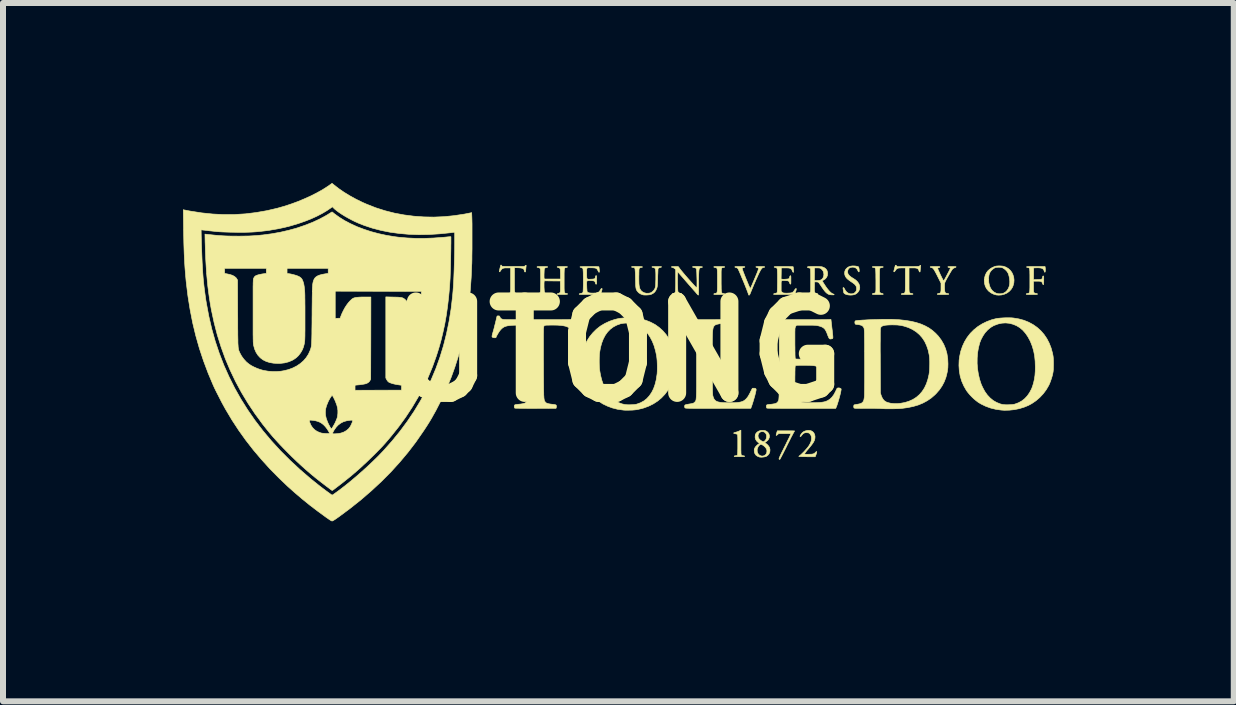
<source format=kicad_pcb>
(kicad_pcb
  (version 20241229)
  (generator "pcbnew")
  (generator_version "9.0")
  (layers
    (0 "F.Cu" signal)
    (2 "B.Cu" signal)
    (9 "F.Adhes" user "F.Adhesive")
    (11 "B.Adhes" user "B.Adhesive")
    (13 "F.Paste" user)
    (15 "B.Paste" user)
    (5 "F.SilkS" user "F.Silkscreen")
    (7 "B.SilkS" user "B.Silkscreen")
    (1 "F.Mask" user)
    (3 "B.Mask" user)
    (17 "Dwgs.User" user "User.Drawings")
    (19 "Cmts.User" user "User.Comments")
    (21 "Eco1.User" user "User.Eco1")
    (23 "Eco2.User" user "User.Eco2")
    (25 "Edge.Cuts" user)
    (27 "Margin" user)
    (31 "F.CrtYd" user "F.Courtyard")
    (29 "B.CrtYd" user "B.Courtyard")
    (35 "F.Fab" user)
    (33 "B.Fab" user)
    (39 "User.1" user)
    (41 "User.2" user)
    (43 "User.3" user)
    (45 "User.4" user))
  (footprint "UTONG"
    (layer "F.Cu")
    (at 7.256 2.809)
    (property "Reference" "UTONG" (at 0 0 0) (layer "F.SilkS") (effects (font (size 1.524 1.524) (thickness 0.3))))
    (attr through_hole)
    (fp_poly (pts (xy 2.83 1.321) (xy 2.863 1.321) (xy 2.892 1.321) (xy 2.914 1.322) (xy 2.93 1.322) (xy 2.936 1.323) (xy 2.936 1.323) (xy 2.934 1.328) (xy 2.928 1.339) (xy 2.918 1.356) (xy 2.912 1.367) (xy 2.905 1.381) (xy 2.893 1.403) (xy 2.878 1.431) (xy 2.861 1.465) (xy 2.842 1.503) (xy 2.821 1.544) (xy 2.8 1.587) (xy 2.792 1.604) (xy 2.771 1.645) (xy 2.752 1.683) (xy 2.734 1.718) (xy 2.719 1.747) (xy 2.706 1.771) (xy 2.697 1.788) (xy 2.691 1.797) (xy 2.689 1.798) (xy 2.681 1.795) (xy 2.678 1.791) (xy 2.677 1.788) (xy 2.679 1.78) (xy 2.683 1.769) (xy 2.69 1.752) (xy 2.7 1.729) (xy 2.714 1.7) (xy 2.732 1.663) (xy 2.755 1.618) (xy 2.761 1.605) (xy 2.788 1.552) (xy 2.809 1.508) (xy 2.827 1.472) (xy 2.842 1.443) (xy 2.853 1.419) (xy 2.861 1.401) (xy 2.867 1.388) (xy 2.87 1.379) (xy 2.872 1.374) (xy 2.872 1.37) (xy 2.871 1.369) (xy 2.866 1.369) (xy 2.851 1.368) (xy 2.83 1.367) (xy 2.804 1.367) (xy 2.773 1.367) (xy 2.77 1.367) (xy 2.672 1.367) (xy 2.652 1.385) (xy 2.641 1.394) (xy 2.632 1.398) (xy 2.63 1.398) (xy 2.63 1.392) (xy 2.632 1.378) (xy 2.637 1.36) (xy 2.638 1.357) (xy 2.649 1.321) (xy 2.793 1.321) (xy 2.83 1.321)) (stroke (width 0.01) (type solid)) (fill yes) (layer "F.SilkS"))
    (fp_poly (pts (xy 2.042 1.514) (xy 2.042 1.565) (xy 2.042 1.606) (xy 2.042 1.64) (xy 2.043 1.666) (xy 2.043 1.686) (xy 2.044 1.7) (xy 2.045 1.711) (xy 2.047 1.718) (xy 2.049 1.722) (xy 2.051 1.726) (xy 2.052 1.727) (xy 2.068 1.736) (xy 2.083 1.737) (xy 2.097 1.739) (xy 2.103 1.743) (xy 2.103 1.745) (xy 2.102 1.748) (xy 2.097 1.75) (xy 2.087 1.751) (xy 2.071 1.752) (xy 2.048 1.752) (xy 2.017 1.753) (xy 1.985 1.752) (xy 1.962 1.752) (xy 1.946 1.751) (xy 1.936 1.75) (xy 1.932 1.748) (xy 1.93 1.745) (xy 1.934 1.74) (xy 1.945 1.737) (xy 1.95 1.737) (xy 1.965 1.735) (xy 1.978 1.731) (xy 1.979 1.73) (xy 1.982 1.728) (xy 1.984 1.724) (xy 1.986 1.718) (xy 1.987 1.709) (xy 1.988 1.695) (xy 1.989 1.675) (xy 1.989 1.649) (xy 1.99 1.616) (xy 1.99 1.573) (xy 1.99 1.561) (xy 1.99 1.513) (xy 1.99 1.474) (xy 1.99 1.443) (xy 1.989 1.42) (xy 1.988 1.404) (xy 1.987 1.393) (xy 1.985 1.387) (xy 1.979 1.379) (xy 1.969 1.374) (xy 1.952 1.37) (xy 1.949 1.37) (xy 1.934 1.366) (xy 1.923 1.362) (xy 1.92 1.359) (xy 1.925 1.355) (xy 1.937 1.35) (xy 1.954 1.345) (xy 1.955 1.345) (xy 1.977 1.338) (xy 2.001 1.33) (xy 2.015 1.323) (xy 2.042 1.311) (xy 2.042 1.514)) (stroke (width 0.01) (type solid)) (fill yes) (layer "F.SilkS"))
    (fp_poly (pts (xy 6.392 -1.425) (xy 6.415 -1.422) (xy 6.416 -1.422) (xy 6.459 -1.407) (xy 6.498 -1.384) (xy 6.53 -1.355) (xy 6.557 -1.32) (xy 6.576 -1.28) (xy 6.589 -1.237) (xy 6.594 -1.192) (xy 6.591 -1.146) (xy 6.579 -1.1) (xy 6.568 -1.072) (xy 6.543 -1.033) (xy 6.511 -1) (xy 6.474 -0.974) (xy 6.431 -0.955) (xy 6.385 -0.943) (xy 6.337 -0.94) (xy 6.299 -0.943) (xy 6.254 -0.956) (xy 6.211 -0.977) (xy 6.174 -1.005) (xy 6.167 -1.011) (xy 6.138 -1.046) (xy 6.116 -1.087) (xy 6.103 -1.132) (xy 6.098 -1.178) (xy 6.1 -1.201) (xy 6.17 -1.201) (xy 6.174 -1.147) (xy 6.185 -1.098) (xy 6.203 -1.056) (xy 6.227 -1.021) (xy 6.258 -0.993) (xy 6.295 -0.973) (xy 6.314 -0.967) (xy 6.339 -0.963) (xy 6.369 -0.963) (xy 6.398 -0.966) (xy 6.419 -0.973) (xy 6.451 -0.991) (xy 6.478 -1.018) (xy 6.5 -1.052) (xy 6.515 -1.092) (xy 6.516 -1.094) (xy 6.522 -1.13) (xy 6.523 -1.171) (xy 6.519 -1.214) (xy 6.511 -1.256) (xy 6.5 -1.294) (xy 6.492 -1.311) (xy 6.472 -1.341) (xy 6.445 -1.368) (xy 6.415 -1.389) (xy 6.412 -1.391) (xy 6.396 -1.398) (xy 6.382 -1.402) (xy 6.365 -1.404) (xy 6.343 -1.405) (xy 6.337 -1.405) (xy 6.314 -1.404) (xy 6.297 -1.402) (xy 6.283 -1.399) (xy 6.27 -1.393) (xy 6.266 -1.391) (xy 6.24 -1.373) (xy 6.215 -1.35) (xy 6.197 -1.326) (xy 6.183 -1.298) (xy 6.175 -1.266) (xy 6.171 -1.228) (xy 6.17 -1.201) (xy 6.1 -1.201) (xy 6.102 -1.225) (xy 6.114 -1.271) (xy 6.134 -1.313) (xy 6.156 -1.343) (xy 6.186 -1.371) (xy 6.222 -1.395) (xy 6.26 -1.413) (xy 6.281 -1.421) (xy 6.304 -1.425) (xy 6.332 -1.427) (xy 6.363 -1.427) (xy 6.392 -1.425)) (stroke (width 0.01) (type solid)) (fill yes) (layer "F.SilkS"))
    (fp_poly (pts (xy 1.715 -1.417) (xy 1.74 -1.417) (xy 1.756 -1.416) (xy 1.767 -1.414) (xy 1.772 -1.412) (xy 1.773 -1.41) (xy 1.768 -1.405) (xy 1.755 -1.401) (xy 1.751 -1.401) (xy 1.742 -1.399) (xy 1.734 -1.398) (xy 1.727 -1.395) (xy 1.722 -1.389) (xy 1.718 -1.381) (xy 1.716 -1.369) (xy 1.714 -1.351) (xy 1.713 -1.328) (xy 1.713 -1.298) (xy 1.713 -1.26) (xy 1.713 -1.213) (xy 1.713 -1.18) (xy 1.713 -1.129) (xy 1.714 -1.087) (xy 1.714 -1.053) (xy 1.715 -1.027) (xy 1.717 -1.007) (xy 1.719 -0.993) (xy 1.722 -0.983) (xy 1.726 -0.976) (xy 1.731 -0.973) (xy 1.737 -0.971) (xy 1.746 -0.969) (xy 1.753 -0.968) (xy 1.767 -0.964) (xy 1.773 -0.958) (xy 1.773 -0.958) (xy 1.772 -0.955) (xy 1.767 -0.953) (xy 1.757 -0.951) (xy 1.741 -0.951) (xy 1.718 -0.95) (xy 1.686 -0.95) (xy 1.681 -0.95) (xy 1.648 -0.95) (xy 1.624 -0.95) (xy 1.608 -0.951) (xy 1.597 -0.953) (xy 1.592 -0.954) (xy 1.59 -0.957) (xy 1.59 -0.958) (xy 1.595 -0.964) (xy 1.609 -0.968) (xy 1.611 -0.968) (xy 1.621 -0.97) (xy 1.629 -0.972) (xy 1.636 -0.975) (xy 1.641 -0.98) (xy 1.644 -0.988) (xy 1.647 -1) (xy 1.649 -1.017) (xy 1.65 -1.04) (xy 1.651 -1.069) (xy 1.651 -1.107) (xy 1.651 -1.153) (xy 1.651 -1.183) (xy 1.651 -1.235) (xy 1.651 -1.278) (xy 1.65 -1.312) (xy 1.65 -1.339) (xy 1.648 -1.36) (xy 1.646 -1.375) (xy 1.643 -1.385) (xy 1.638 -1.392) (xy 1.633 -1.396) (xy 1.626 -1.398) (xy 1.617 -1.4) (xy 1.612 -1.401) (xy 1.597 -1.404) (xy 1.59 -1.409) (xy 1.59 -1.41) (xy 1.592 -1.413) (xy 1.598 -1.415) (xy 1.61 -1.416) (xy 1.628 -1.417) (xy 1.655 -1.417) (xy 1.681 -1.417) (xy 1.715 -1.417)) (stroke (width 0.01) (type solid)) (fill yes) (layer "F.SilkS"))
    (fp_poly (pts (xy 4.357 -1.417) (xy 4.381 -1.417) (xy 4.398 -1.416) (xy 4.408 -1.414) (xy 4.413 -1.412) (xy 4.415 -1.41) (xy 4.41 -1.405) (xy 4.395 -1.401) (xy 4.389 -1.4) (xy 4.371 -1.396) (xy 4.361 -1.39) (xy 4.357 -1.385) (xy 4.356 -1.38) (xy 4.354 -1.369) (xy 4.353 -1.353) (xy 4.352 -1.33) (xy 4.352 -1.299) (xy 4.351 -1.261) (xy 4.351 -1.213) (xy 4.351 -1.182) (xy 4.351 -1.133) (xy 4.351 -1.093) (xy 4.351 -1.061) (xy 4.352 -1.036) (xy 4.352 -1.017) (xy 4.353 -1.004) (xy 4.354 -0.995) (xy 4.356 -0.989) (xy 4.358 -0.985) (xy 4.36 -0.982) (xy 4.362 -0.981) (xy 4.375 -0.974) (xy 4.391 -0.969) (xy 4.394 -0.968) (xy 4.409 -0.964) (xy 4.414 -0.958) (xy 4.415 -0.958) (xy 4.413 -0.955) (xy 4.408 -0.953) (xy 4.399 -0.951) (xy 4.383 -0.951) (xy 4.36 -0.95) (xy 4.328 -0.95) (xy 4.323 -0.95) (xy 4.29 -0.95) (xy 4.265 -0.951) (xy 4.248 -0.951) (xy 4.238 -0.953) (xy 4.233 -0.955) (xy 4.232 -0.957) (xy 4.236 -0.965) (xy 4.249 -0.97) (xy 4.26 -0.97) (xy 4.272 -0.974) (xy 4.282 -0.984) (xy 4.285 -0.988) (xy 4.287 -0.992) (xy 4.289 -0.998) (xy 4.29 -1.006) (xy 4.291 -1.018) (xy 4.292 -1.034) (xy 4.292 -1.056) (xy 4.292 -1.085) (xy 4.292 -1.121) (xy 4.292 -1.166) (xy 4.292 -1.189) (xy 4.291 -1.241) (xy 4.291 -1.283) (xy 4.29 -1.316) (xy 4.289 -1.342) (xy 4.288 -1.362) (xy 4.285 -1.377) (xy 4.282 -1.387) (xy 4.278 -1.393) (xy 4.273 -1.397) (xy 4.266 -1.399) (xy 4.258 -1.4) (xy 4.253 -1.401) (xy 4.238 -1.404) (xy 4.232 -1.409) (xy 4.232 -1.41) (xy 4.233 -1.413) (xy 4.24 -1.415) (xy 4.251 -1.416) (xy 4.27 -1.417) (xy 4.296 -1.417) (xy 4.323 -1.417) (xy 4.357 -1.417)) (stroke (width 0.01) (type solid)) (fill yes) (layer "F.SilkS"))
    (fp_poly (pts (xy 3.943 -1.426) (xy 3.974 -1.421) (xy 3.99 -1.417) (xy 4 -1.413) (xy 4.005 -1.407) (xy 4.008 -1.397) (xy 4.011 -1.381) (xy 4.014 -1.361) (xy 4.014 -1.354) (xy 4.014 -1.338) (xy 4.012 -1.33) (xy 4.008 -1.327) (xy 4.001 -1.331) (xy 3.994 -1.343) (xy 3.994 -1.343) (xy 3.979 -1.372) (xy 3.958 -1.392) (xy 3.931 -1.404) (xy 3.904 -1.407) (xy 3.873 -1.403) (xy 3.849 -1.392) (xy 3.832 -1.374) (xy 3.823 -1.35) (xy 3.821 -1.339) (xy 3.822 -1.316) (xy 3.827 -1.296) (xy 3.839 -1.277) (xy 3.858 -1.258) (xy 3.884 -1.238) (xy 3.918 -1.217) (xy 3.958 -1.19) (xy 3.988 -1.16) (xy 4.009 -1.128) (xy 4.021 -1.094) (xy 4.023 -1.059) (xy 4.018 -1.034) (xy 4.007 -1.01) (xy 3.99 -0.986) (xy 3.968 -0.966) (xy 3.947 -0.954) (xy 3.924 -0.947) (xy 3.894 -0.942) (xy 3.861 -0.941) (xy 3.831 -0.944) (xy 3.81 -0.948) (xy 3.783 -0.957) (xy 3.766 -0.967) (xy 3.758 -0.978) (xy 3.757 -0.979) (xy 3.754 -0.991) (xy 3.751 -1.009) (xy 3.748 -1.028) (xy 3.745 -1.045) (xy 3.744 -1.057) (xy 3.744 -1.058) (xy 3.746 -1.066) (xy 3.752 -1.066) (xy 3.76 -1.06) (xy 3.767 -1.048) (xy 3.786 -1.014) (xy 3.809 -0.988) (xy 3.838 -0.97) (xy 3.866 -0.962) (xy 3.898 -0.962) (xy 3.925 -0.97) (xy 3.946 -0.986) (xy 3.962 -1.007) (xy 3.97 -1.033) (xy 3.969 -1.062) (xy 3.968 -1.068) (xy 3.963 -1.087) (xy 3.954 -1.103) (xy 3.941 -1.118) (xy 3.923 -1.133) (xy 3.897 -1.152) (xy 3.889 -1.157) (xy 3.851 -1.183) (xy 3.822 -1.206) (xy 3.8 -1.228) (xy 3.785 -1.25) (xy 3.776 -1.272) (xy 3.771 -1.294) (xy 3.772 -1.328) (xy 3.782 -1.359) (xy 3.801 -1.385) (xy 3.827 -1.406) (xy 3.861 -1.421) (xy 3.9 -1.427) (xy 3.943 -1.426)) (stroke (width 0.01) (type solid)) (fill yes) (layer "F.SilkS"))
    (fp_poly (pts (xy 3.19 1.315) (xy 3.211 1.32) (xy 3.237 1.334) (xy 3.257 1.355) (xy 3.27 1.381) (xy 3.277 1.411) (xy 3.276 1.444) (xy 3.268 1.478) (xy 3.262 1.49) (xy 3.255 1.504) (xy 3.247 1.519) (xy 3.236 1.534) (xy 3.223 1.553) (xy 3.205 1.575) (xy 3.183 1.602) (xy 3.155 1.636) (xy 3.153 1.637) (xy 3.136 1.658) (xy 3.121 1.677) (xy 3.11 1.692) (xy 3.105 1.701) (xy 3.104 1.704) (xy 3.105 1.707) (xy 3.11 1.71) (xy 3.12 1.711) (xy 3.136 1.712) (xy 3.161 1.712) (xy 3.164 1.712) (xy 3.198 1.711) (xy 3.225 1.71) (xy 3.244 1.706) (xy 3.26 1.701) (xy 3.272 1.693) (xy 3.28 1.684) (xy 3.291 1.674) (xy 3.3 1.667) (xy 3.303 1.666) (xy 3.306 1.671) (xy 3.305 1.683) (xy 3.3 1.701) (xy 3.292 1.725) (xy 3.291 1.726) (xy 3.28 1.753) (xy 3.144 1.753) (xy 3.108 1.752) (xy 3.075 1.752) (xy 3.048 1.751) (xy 3.026 1.75) (xy 3.012 1.749) (xy 3.007 1.748) (xy 3.007 1.748) (xy 3.011 1.743) (xy 3.021 1.735) (xy 3.028 1.729) (xy 3.044 1.717) (xy 3.063 1.698) (xy 3.086 1.676) (xy 3.11 1.65) (xy 3.133 1.624) (xy 3.154 1.6) (xy 3.17 1.578) (xy 3.175 1.571) (xy 3.198 1.531) (xy 3.213 1.493) (xy 3.219 1.457) (xy 3.218 1.423) (xy 3.208 1.394) (xy 3.19 1.369) (xy 3.188 1.367) (xy 3.178 1.359) (xy 3.166 1.355) (xy 3.149 1.353) (xy 3.14 1.352) (xy 3.114 1.353) (xy 3.093 1.36) (xy 3.075 1.373) (xy 3.057 1.394) (xy 3.046 1.409) (xy 3.036 1.416) (xy 3.03 1.417) (xy 3.028 1.411) (xy 3.031 1.402) (xy 3.038 1.388) (xy 3.049 1.372) (xy 3.06 1.358) (xy 3.069 1.348) (xy 3.094 1.331) (xy 3.124 1.32) (xy 3.157 1.314) (xy 3.19 1.315)) (stroke (width 0.01) (type solid)) (fill yes) (layer "F.SilkS"))
    (fp_poly (pts (xy -1.953 -1.441) (xy -1.946 -1.433) (xy -1.946 -1.432) (xy -1.936 -1.42) (xy -1.751 -1.418) (xy -1.703 -1.418) (xy -1.664 -1.418) (xy -1.633 -1.418) (xy -1.609 -1.418) (xy -1.591 -1.418) (xy -1.579 -1.419) (xy -1.57 -1.42) (xy -1.564 -1.422) (xy -1.56 -1.424) (xy -1.558 -1.427) (xy -1.557 -1.427) (xy -1.548 -1.435) (xy -1.54 -1.438) (xy -1.536 -1.434) (xy -1.537 -1.429) (xy -1.538 -1.42) (xy -1.54 -1.404) (xy -1.542 -1.383) (xy -1.543 -1.373) (xy -1.545 -1.351) (xy -1.546 -1.337) (xy -1.549 -1.329) (xy -1.553 -1.326) (xy -1.555 -1.326) (xy -1.562 -1.329) (xy -1.566 -1.34) (xy -1.567 -1.346) (xy -1.572 -1.362) (xy -1.579 -1.375) (xy -1.581 -1.377) (xy -1.597 -1.386) (xy -1.622 -1.392) (xy -1.656 -1.396) (xy -1.687 -1.397) (xy -1.732 -1.397) (xy -1.732 -1.194) (xy -1.732 -1.141) (xy -1.732 -1.097) (xy -1.732 -1.062) (xy -1.731 -1.034) (xy -1.73 -1.013) (xy -1.728 -0.997) (xy -1.725 -0.986) (xy -1.721 -0.978) (xy -1.715 -0.974) (xy -1.708 -0.971) (xy -1.7 -0.97) (xy -1.69 -0.968) (xy -1.673 -0.964) (xy -1.666 -0.959) (xy -1.666 -0.957) (xy -1.668 -0.955) (xy -1.673 -0.953) (xy -1.683 -0.951) (xy -1.699 -0.951) (xy -1.723 -0.95) (xy -1.755 -0.95) (xy -1.765 -0.95) (xy -1.8 -0.95) (xy -1.826 -0.95) (xy -1.844 -0.951) (xy -1.855 -0.952) (xy -1.862 -0.954) (xy -1.864 -0.956) (xy -1.864 -0.957) (xy -1.86 -0.963) (xy -1.846 -0.967) (xy -1.839 -0.968) (xy -1.829 -0.969) (xy -1.82 -0.971) (xy -1.813 -0.973) (xy -1.807 -0.977) (xy -1.803 -0.983) (xy -1.8 -0.993) (xy -1.798 -1.008) (xy -1.797 -1.028) (xy -1.796 -1.055) (xy -1.796 -1.089) (xy -1.796 -1.131) (xy -1.796 -1.182) (xy -1.796 -1.19) (xy -1.796 -1.394) (xy -1.854 -1.394) (xy -1.886 -1.394) (xy -1.909 -1.391) (xy -1.927 -1.385) (xy -1.941 -1.376) (xy -1.953 -1.362) (xy -1.962 -1.349) (xy -1.972 -1.334) (xy -1.979 -1.328) (xy -1.983 -1.331) (xy -1.983 -1.344) (xy -1.979 -1.366) (xy -1.974 -1.387) (xy -1.968 -1.409) (xy -1.963 -1.427) (xy -1.96 -1.439) (xy -1.958 -1.442) (xy -1.953 -1.441)) (stroke (width 0.01) (type solid)) (fill yes) (layer "F.SilkS"))
    (fp_poly (pts (xy 4.623 -1.439) (xy 4.632 -1.433) (xy 4.635 -1.43) (xy 4.648 -1.417) (xy 4.828 -1.417) (xy 4.875 -1.417) (xy 4.914 -1.417) (xy 4.944 -1.418) (xy 4.967 -1.418) (xy 4.985 -1.419) (xy 4.998 -1.42) (xy 5.006 -1.421) (xy 5.013 -1.423) (xy 5.017 -1.425) (xy 5.021 -1.428) (xy 5.021 -1.428) (xy 5.031 -1.435) (xy 5.037 -1.437) (xy 5.037 -1.436) (xy 5.038 -1.431) (xy 5.037 -1.417) (xy 5.035 -1.398) (xy 5.034 -1.389) (xy 5.032 -1.368) (xy 5.03 -1.349) (xy 5.029 -1.337) (xy 5.029 -1.335) (xy 5.027 -1.327) (xy 5.022 -1.326) (xy 5.016 -1.333) (xy 5.01 -1.345) (xy 5.009 -1.35) (xy 5.002 -1.366) (xy 4.993 -1.378) (xy 4.98 -1.386) (xy 4.962 -1.391) (xy 4.937 -1.394) (xy 4.905 -1.394) (xy 4.844 -1.394) (xy 4.844 -1.193) (xy 4.844 -1.142) (xy 4.844 -1.101) (xy 4.844 -1.068) (xy 4.844 -1.042) (xy 4.845 -1.022) (xy 4.846 -1.007) (xy 4.847 -0.997) (xy 4.849 -0.99) (xy 4.85 -0.985) (xy 4.853 -0.982) (xy 4.853 -0.981) (xy 4.865 -0.973) (xy 4.875 -0.97) (xy 4.889 -0.968) (xy 4.9 -0.965) (xy 4.909 -0.961) (xy 4.911 -0.957) (xy 4.904 -0.954) (xy 4.889 -0.952) (xy 4.864 -0.951) (xy 4.83 -0.95) (xy 4.81 -0.95) (xy 4.776 -0.95) (xy 4.751 -0.95) (xy 4.734 -0.951) (xy 4.722 -0.952) (xy 4.716 -0.954) (xy 4.714 -0.957) (xy 4.714 -0.957) (xy 4.719 -0.963) (xy 4.732 -0.967) (xy 4.739 -0.968) (xy 4.75 -0.97) (xy 4.759 -0.971) (xy 4.766 -0.974) (xy 4.771 -0.978) (xy 4.775 -0.986) (xy 4.778 -0.997) (xy 4.78 -1.013) (xy 4.782 -1.035) (xy 4.782 -1.063) (xy 4.783 -1.099) (xy 4.783 -1.143) (xy 4.783 -1.193) (xy 4.783 -1.394) (xy 4.724 -1.394) (xy 4.692 -1.393) (xy 4.668 -1.391) (xy 4.651 -1.385) (xy 4.637 -1.377) (xy 4.625 -1.363) (xy 4.617 -1.351) (xy 4.605 -1.335) (xy 4.597 -1.329) (xy 4.594 -1.329) (xy 4.589 -1.336) (xy 4.59 -1.341) (xy 4.592 -1.349) (xy 4.597 -1.365) (xy 4.602 -1.384) (xy 4.604 -1.392) (xy 4.609 -1.412) (xy 4.614 -1.428) (xy 4.617 -1.438) (xy 4.618 -1.439) (xy 4.623 -1.439)) (stroke (width 0.01) (type solid)) (fill yes) (layer "F.SilkS"))
    (fp_poly (pts (xy 2.427 1.315) (xy 2.445 1.318) (xy 2.46 1.324) (xy 2.462 1.325) (xy 2.488 1.343) (xy 2.506 1.367) (xy 2.516 1.394) (xy 2.517 1.423) (xy 2.515 1.432) (xy 2.505 1.457) (xy 2.491 1.478) (xy 2.468 1.497) (xy 2.463 1.501) (xy 2.438 1.518) (xy 2.455 1.529) (xy 2.475 1.544) (xy 2.494 1.563) (xy 2.51 1.584) (xy 2.52 1.603) (xy 2.52 1.603) (xy 2.527 1.637) (xy 2.524 1.67) (xy 2.513 1.7) (xy 2.494 1.725) (xy 2.468 1.745) (xy 2.46 1.749) (xy 2.438 1.755) (xy 2.411 1.759) (xy 2.382 1.761) (xy 2.357 1.759) (xy 2.351 1.758) (xy 2.318 1.745) (xy 2.292 1.726) (xy 2.275 1.701) (xy 2.266 1.675) (xy 2.264 1.642) (xy 2.266 1.635) (xy 2.313 1.635) (xy 2.314 1.665) (xy 2.322 1.692) (xy 2.337 1.714) (xy 2.356 1.73) (xy 2.38 1.74) (xy 2.406 1.742) (xy 2.43 1.735) (xy 2.452 1.721) (xy 2.467 1.7) (xy 2.475 1.675) (xy 2.475 1.647) (xy 2.473 1.637) (xy 2.464 1.616) (xy 2.448 1.594) (xy 2.427 1.574) (xy 2.404 1.558) (xy 2.394 1.553) (xy 2.381 1.547) (xy 2.373 1.546) (xy 2.365 1.549) (xy 2.358 1.554) (xy 2.339 1.572) (xy 2.325 1.596) (xy 2.315 1.623) (xy 2.313 1.635) (xy 2.266 1.635) (xy 2.271 1.611) (xy 2.289 1.583) (xy 2.316 1.556) (xy 2.344 1.537) (xy 2.348 1.533) (xy 2.347 1.528) (xy 2.338 1.521) (xy 2.33 1.515) (xy 2.304 1.491) (xy 2.287 1.463) (xy 2.279 1.431) (xy 2.279 1.42) (xy 2.28 1.413) (xy 2.328 1.413) (xy 2.335 1.44) (xy 2.352 1.464) (xy 2.378 1.485) (xy 2.384 1.488) (xy 2.401 1.498) (xy 2.413 1.502) (xy 2.421 1.502) (xy 2.43 1.497) (xy 2.435 1.493) (xy 2.453 1.474) (xy 2.465 1.449) (xy 2.47 1.422) (xy 2.469 1.395) (xy 2.461 1.372) (xy 2.444 1.35) (xy 2.424 1.338) (xy 2.398 1.334) (xy 2.398 1.333) (xy 2.372 1.338) (xy 2.351 1.351) (xy 2.336 1.37) (xy 2.328 1.394) (xy 2.328 1.413) (xy 2.28 1.413) (xy 2.282 1.39) (xy 2.292 1.366) (xy 2.309 1.346) (xy 2.312 1.343) (xy 2.335 1.328) (xy 2.358 1.319) (xy 2.387 1.314) (xy 2.403 1.314) (xy 2.427 1.315)) (stroke (width 0.01) (type solid)) (fill yes) (layer "F.SilkS"))
    (fp_poly (pts (xy 2.394 -1.417) (xy 2.415 -1.417) (xy 2.428 -1.416) (xy 2.435 -1.414) (xy 2.438 -1.411) (xy 2.438 -1.41) (xy 2.434 -1.404) (xy 2.424 -1.402) (xy 2.41 -1.4) (xy 2.398 -1.393) (xy 2.385 -1.379) (xy 2.371 -1.359) (xy 2.356 -1.33) (xy 2.344 -1.307) (xy 2.33 -1.277) (xy 2.313 -1.239) (xy 2.294 -1.198) (xy 2.275 -1.154) (xy 2.256 -1.111) (xy 2.239 -1.069) (xy 2.223 -1.031) (xy 2.21 -0.999) (xy 2.204 -0.984) (xy 2.194 -0.959) (xy 2.185 -0.945) (xy 2.178 -0.939) (xy 2.172 -0.943) (xy 2.166 -0.957) (xy 2.165 -0.963) (xy 2.161 -0.975) (xy 2.154 -0.994) (xy 2.144 -1.02) (xy 2.132 -1.052) (xy 2.118 -1.086) (xy 2.103 -1.124) (xy 2.087 -1.163) (xy 2.07 -1.203) (xy 2.054 -1.241) (xy 2.039 -1.278) (xy 2.025 -1.311) (xy 2.013 -1.339) (xy 2.002 -1.362) (xy 1.995 -1.378) (xy 1.99 -1.385) (xy 1.99 -1.385) (xy 1.978 -1.394) (xy 1.962 -1.4) (xy 1.96 -1.4) (xy 1.947 -1.404) (xy 1.941 -1.409) (xy 1.941 -1.41) (xy 1.942 -1.413) (xy 1.949 -1.415) (xy 1.961 -1.416) (xy 1.98 -1.417) (xy 2.007 -1.417) (xy 2.024 -1.417) (xy 2.056 -1.417) (xy 2.079 -1.417) (xy 2.095 -1.416) (xy 2.104 -1.414) (xy 2.108 -1.412) (xy 2.108 -1.41) (xy 2.104 -1.405) (xy 2.091 -1.401) (xy 2.088 -1.4) (xy 2.075 -1.397) (xy 2.066 -1.393) (xy 2.065 -1.392) (xy 2.064 -1.387) (xy 2.066 -1.377) (xy 2.07 -1.363) (xy 2.076 -1.343) (xy 2.086 -1.317) (xy 2.099 -1.283) (xy 2.115 -1.243) (xy 2.135 -1.194) (xy 2.158 -1.139) (xy 2.169 -1.111) (xy 2.18 -1.086) (xy 2.189 -1.067) (xy 2.196 -1.055) (xy 2.199 -1.05) (xy 2.2 -1.05) (xy 2.203 -1.056) (xy 2.209 -1.07) (xy 2.218 -1.09) (xy 2.23 -1.116) (xy 2.242 -1.146) (xy 2.256 -1.178) (xy 2.27 -1.211) (xy 2.284 -1.244) (xy 2.297 -1.276) (xy 2.309 -1.304) (xy 2.314 -1.317) (xy 2.323 -1.34) (xy 2.33 -1.361) (xy 2.335 -1.376) (xy 2.336 -1.385) (xy 2.336 -1.385) (xy 2.329 -1.393) (xy 2.313 -1.399) (xy 2.313 -1.399) (xy 2.299 -1.404) (xy 2.292 -1.409) (xy 2.291 -1.411) (xy 2.293 -1.413) (xy 2.301 -1.415) (xy 2.315 -1.417) (xy 2.337 -1.417) (xy 2.365 -1.417) (xy 2.394 -1.417)) (stroke (width 0.01) (type solid)) (fill yes) (layer "F.SilkS"))
    (fp_poly (pts (xy 7.115 -1.391) (xy 7.116 -1.367) (xy 7.116 -1.348) (xy 7.114 -1.333) (xy 7.111 -1.324) (xy 7.106 -1.322) (xy 7.101 -1.328) (xy 7.097 -1.341) (xy 7.089 -1.362) (xy 7.076 -1.377) (xy 7.059 -1.387) (xy 7.034 -1.393) (xy 7.002 -1.396) (xy 6.974 -1.396) (xy 6.921 -1.394) (xy 6.92 -1.296) (xy 6.919 -1.198) (xy 6.985 -1.2) (xy 7.015 -1.201) (xy 7.036 -1.202) (xy 7.05 -1.206) (xy 7.059 -1.211) (xy 7.064 -1.219) (xy 7.067 -1.232) (xy 7.069 -1.24) (xy 7.073 -1.254) (xy 7.079 -1.26) (xy 7.081 -1.26) (xy 7.084 -1.259) (xy 7.087 -1.255) (xy 7.088 -1.248) (xy 7.089 -1.234) (xy 7.089 -1.213) (xy 7.089 -1.187) (xy 7.089 -1.158) (xy 7.088 -1.138) (xy 7.087 -1.124) (xy 7.085 -1.117) (xy 7.082 -1.115) (xy 7.081 -1.115) (xy 7.076 -1.119) (xy 7.07 -1.131) (xy 7.069 -1.135) (xy 7.063 -1.15) (xy 7.056 -1.16) (xy 7.046 -1.167) (xy 7.03 -1.171) (xy 7.007 -1.173) (xy 6.979 -1.173) (xy 6.919 -1.173) (xy 6.919 -1.082) (xy 6.919 -1.049) (xy 6.919 -1.025) (xy 6.92 -1.008) (xy 6.921 -0.996) (xy 6.923 -0.989) (xy 6.926 -0.984) (xy 6.929 -0.98) (xy 6.941 -0.973) (xy 6.951 -0.97) (xy 6.968 -0.968) (xy 6.981 -0.964) (xy 6.985 -0.957) (xy 6.983 -0.954) (xy 6.977 -0.953) (xy 6.966 -0.951) (xy 6.948 -0.95) (xy 6.923 -0.95) (xy 6.891 -0.95) (xy 6.857 -0.95) (xy 6.833 -0.95) (xy 6.816 -0.951) (xy 6.805 -0.952) (xy 6.799 -0.954) (xy 6.797 -0.957) (xy 6.797 -0.958) (xy 6.802 -0.964) (xy 6.816 -0.968) (xy 6.818 -0.968) (xy 6.828 -0.97) (xy 6.836 -0.972) (xy 6.843 -0.975) (xy 6.848 -0.98) (xy 6.851 -0.988) (xy 6.854 -1) (xy 6.856 -1.017) (xy 6.857 -1.04) (xy 6.858 -1.069) (xy 6.858 -1.107) (xy 6.858 -1.153) (xy 6.858 -1.183) (xy 6.858 -1.234) (xy 6.858 -1.277) (xy 6.857 -1.311) (xy 6.857 -1.338) (xy 6.855 -1.359) (xy 6.853 -1.374) (xy 6.85 -1.385) (xy 6.846 -1.392) (xy 6.841 -1.396) (xy 6.834 -1.398) (xy 6.826 -1.4) (xy 6.822 -1.4) (xy 6.808 -1.404) (xy 6.802 -1.409) (xy 6.802 -1.41) (xy 6.804 -1.412) (xy 6.809 -1.414) (xy 6.819 -1.415) (xy 6.834 -1.416) (xy 6.856 -1.417) (xy 6.886 -1.417) (xy 6.924 -1.417) (xy 6.957 -1.417) (xy 7.111 -1.417) (xy 7.115 -1.391)) (stroke (width 0.01) (type solid)) (fill yes) (layer "F.SilkS"))
    (fp_poly (pts (xy 5.589 -1.417) (xy 5.609 -1.416) (xy 5.621 -1.415) (xy 5.627 -1.413) (xy 5.629 -1.411) (xy 5.624 -1.405) (xy 5.613 -1.4) (xy 5.605 -1.397) (xy 5.587 -1.389) (xy 5.573 -1.378) (xy 5.563 -1.366) (xy 5.552 -1.35) (xy 5.539 -1.328) (xy 5.523 -1.302) (xy 5.507 -1.274) (xy 5.49 -1.244) (xy 5.474 -1.216) (xy 5.46 -1.189) (xy 5.449 -1.167) (xy 5.442 -1.151) (xy 5.44 -1.145) (xy 5.438 -1.13) (xy 5.436 -1.107) (xy 5.436 -1.079) (xy 5.436 -1.057) (xy 5.438 -1.026) (xy 5.44 -1.004) (xy 5.444 -0.988) (xy 5.45 -0.979) (xy 5.46 -0.973) (xy 5.474 -0.969) (xy 5.482 -0.968) (xy 5.499 -0.965) (xy 5.506 -0.96) (xy 5.507 -0.957) (xy 5.505 -0.955) (xy 5.5 -0.953) (xy 5.491 -0.951) (xy 5.475 -0.951) (xy 5.452 -0.95) (xy 5.42 -0.95) (xy 5.41 -0.95) (xy 5.376 -0.95) (xy 5.351 -0.95) (xy 5.333 -0.951) (xy 5.322 -0.952) (xy 5.316 -0.954) (xy 5.314 -0.957) (xy 5.314 -0.957) (xy 5.319 -0.963) (xy 5.333 -0.967) (xy 5.336 -0.968) (xy 5.351 -0.971) (xy 5.361 -0.975) (xy 5.369 -0.983) (xy 5.373 -0.995) (xy 5.376 -1.012) (xy 5.377 -1.038) (xy 5.377 -1.066) (xy 5.377 -1.14) (xy 5.322 -1.25) (xy 5.302 -1.29) (xy 5.285 -1.322) (xy 5.271 -1.347) (xy 5.26 -1.365) (xy 5.25 -1.379) (xy 5.242 -1.388) (xy 5.233 -1.394) (xy 5.224 -1.397) (xy 5.218 -1.399) (xy 5.203 -1.403) (xy 5.197 -1.409) (xy 5.197 -1.41) (xy 5.198 -1.413) (xy 5.204 -1.415) (xy 5.215 -1.416) (xy 5.232 -1.417) (xy 5.258 -1.417) (xy 5.278 -1.417) (xy 5.309 -1.417) (xy 5.332 -1.417) (xy 5.347 -1.416) (xy 5.355 -1.414) (xy 5.359 -1.412) (xy 5.359 -1.41) (xy 5.355 -1.404) (xy 5.344 -1.399) (xy 5.34 -1.398) (xy 5.328 -1.394) (xy 5.323 -1.389) (xy 5.323 -1.381) (xy 5.325 -1.374) (xy 5.332 -1.358) (xy 5.341 -1.338) (xy 5.352 -1.313) (xy 5.364 -1.287) (xy 5.377 -1.26) (xy 5.389 -1.235) (xy 5.4 -1.214) (xy 5.409 -1.197) (xy 5.413 -1.189) (xy 5.421 -1.177) (xy 5.439 -1.206) (xy 5.45 -1.225) (xy 5.463 -1.249) (xy 5.476 -1.274) (xy 5.49 -1.301) (xy 5.504 -1.327) (xy 5.515 -1.35) (xy 5.525 -1.369) (xy 5.53 -1.383) (xy 5.532 -1.388) (xy 5.527 -1.395) (xy 5.512 -1.399) (xy 5.512 -1.4) (xy 5.498 -1.404) (xy 5.492 -1.409) (xy 5.491 -1.41) (xy 5.493 -1.413) (xy 5.499 -1.415) (xy 5.512 -1.416) (xy 5.531 -1.417) (xy 5.559 -1.417) (xy 5.56 -1.417) (xy 5.589 -1.417)) (stroke (width 0.01) (type solid)) (fill yes) (layer "F.SilkS"))
    (fp_poly (pts (xy 0.312 -1.418) (xy 0.345 -1.418) (xy 0.369 -1.417) (xy 0.385 -1.416) (xy 0.395 -1.414) (xy 0.4 -1.412) (xy 0.401 -1.409) (xy 0.397 -1.404) (xy 0.384 -1.402) (xy 0.368 -1.399) (xy 0.355 -1.392) (xy 0.351 -1.389) (xy 0.348 -1.385) (xy 0.346 -1.38) (xy 0.345 -1.371) (xy 0.343 -1.358) (xy 0.343 -1.339) (xy 0.342 -1.313) (xy 0.342 -1.279) (xy 0.341 -1.26) (xy 0.341 -1.208) (xy 0.342 -1.165) (xy 0.343 -1.129) (xy 0.346 -1.101) (xy 0.35 -1.077) (xy 0.355 -1.057) (xy 0.36 -1.044) (xy 0.378 -1.015) (xy 0.403 -0.994) (xy 0.433 -0.979) (xy 0.468 -0.971) (xy 0.505 -0.972) (xy 0.527 -0.976) (xy 0.546 -0.983) (xy 0.564 -0.996) (xy 0.577 -1.008) (xy 0.59 -1.022) (xy 0.6 -1.035) (xy 0.608 -1.049) (xy 0.614 -1.066) (xy 0.618 -1.086) (xy 0.621 -1.112) (xy 0.622 -1.144) (xy 0.623 -1.185) (xy 0.624 -1.194) (xy 0.624 -1.246) (xy 0.624 -1.289) (xy 0.623 -1.323) (xy 0.621 -1.349) (xy 0.618 -1.368) (xy 0.614 -1.381) (xy 0.61 -1.387) (xy 0.598 -1.396) (xy 0.581 -1.401) (xy 0.58 -1.401) (xy 0.566 -1.404) (xy 0.559 -1.409) (xy 0.559 -1.41) (xy 0.561 -1.413) (xy 0.567 -1.415) (xy 0.579 -1.416) (xy 0.598 -1.417) (xy 0.626 -1.417) (xy 0.641 -1.417) (xy 0.672 -1.417) (xy 0.695 -1.417) (xy 0.71 -1.415) (xy 0.718 -1.414) (xy 0.72 -1.411) (xy 0.72 -1.411) (xy 0.714 -1.406) (xy 0.706 -1.403) (xy 0.686 -1.399) (xy 0.671 -1.391) (xy 0.662 -1.383) (xy 0.661 -1.375) (xy 0.66 -1.36) (xy 0.659 -1.336) (xy 0.658 -1.307) (xy 0.656 -1.273) (xy 0.655 -1.236) (xy 0.655 -1.232) (xy 0.654 -1.189) (xy 0.653 -1.154) (xy 0.652 -1.127) (xy 0.65 -1.106) (xy 0.649 -1.09) (xy 0.646 -1.077) (xy 0.644 -1.066) (xy 0.641 -1.057) (xy 0.625 -1.02) (xy 0.605 -0.991) (xy 0.578 -0.969) (xy 0.544 -0.952) (xy 0.544 -0.952) (xy 0.524 -0.947) (xy 0.497 -0.944) (xy 0.468 -0.942) (xy 0.44 -0.942) (xy 0.416 -0.944) (xy 0.412 -0.945) (xy 0.374 -0.958) (xy 0.341 -0.978) (xy 0.326 -0.994) (xy 0.316 -1.005) (xy 0.308 -1.016) (xy 0.302 -1.028) (xy 0.297 -1.041) (xy 0.293 -1.058) (xy 0.29 -1.078) (xy 0.288 -1.105) (xy 0.287 -1.137) (xy 0.286 -1.178) (xy 0.285 -1.219) (xy 0.284 -1.267) (xy 0.283 -1.306) (xy 0.281 -1.336) (xy 0.279 -1.36) (xy 0.277 -1.377) (xy 0.273 -1.388) (xy 0.268 -1.396) (xy 0.261 -1.4) (xy 0.252 -1.402) (xy 0.242 -1.402) (xy 0.239 -1.402) (xy 0.225 -1.404) (xy 0.22 -1.409) (xy 0.221 -1.414) (xy 0.226 -1.416) (xy 0.237 -1.418) (xy 0.257 -1.419) (xy 0.286 -1.419) (xy 0.312 -1.418)) (stroke (width 0.01) (type solid)) (fill yes) (layer "F.SilkS"))
    (fp_poly (pts (xy 3.272 -1.418) (xy 3.304 -1.418) (xy 3.333 -1.417) (xy 3.359 -1.416) (xy 3.38 -1.414) (xy 3.392 -1.413) (xy 3.393 -1.413) (xy 3.429 -1.399) (xy 3.456 -1.38) (xy 3.475 -1.355) (xy 3.485 -1.325) (xy 3.487 -1.3) (xy 3.483 -1.265) (xy 3.469 -1.235) (xy 3.447 -1.21) (xy 3.416 -1.19) (xy 3.415 -1.19) (xy 3.404 -1.183) (xy 3.399 -1.178) (xy 3.399 -1.178) (xy 3.401 -1.172) (xy 3.408 -1.159) (xy 3.418 -1.143) (xy 3.425 -1.132) (xy 3.456 -1.084) (xy 3.486 -1.043) (xy 3.514 -1.01) (xy 3.539 -0.984) (xy 3.562 -0.968) (xy 3.577 -0.961) (xy 3.589 -0.956) (xy 3.596 -0.951) (xy 3.597 -0.95) (xy 3.592 -0.946) (xy 3.58 -0.945) (xy 3.563 -0.945) (xy 3.544 -0.946) (xy 3.525 -0.948) (xy 3.509 -0.952) (xy 3.502 -0.955) (xy 3.484 -0.965) (xy 3.466 -0.979) (xy 3.447 -0.998) (xy 3.427 -1.023) (xy 3.404 -1.055) (xy 3.391 -1.074) (xy 3.375 -1.099) (xy 3.36 -1.12) (xy 3.347 -1.138) (xy 3.339 -1.149) (xy 3.335 -1.153) (xy 3.323 -1.158) (xy 3.304 -1.161) (xy 3.298 -1.161) (xy 3.269 -1.161) (xy 3.268 -1.081) (xy 3.267 -1.046) (xy 3.268 -1.019) (xy 3.27 -1) (xy 3.273 -0.987) (xy 3.278 -0.979) (xy 3.285 -0.974) (xy 3.29 -0.973) (xy 3.309 -0.967) (xy 3.322 -0.962) (xy 3.325 -0.956) (xy 3.325 -0.955) (xy 3.319 -0.953) (xy 3.304 -0.952) (xy 3.281 -0.951) (xy 3.251 -0.95) (xy 3.233 -0.95) (xy 3.201 -0.95) (xy 3.177 -0.95) (xy 3.161 -0.951) (xy 3.151 -0.953) (xy 3.146 -0.955) (xy 3.145 -0.957) (xy 3.145 -0.958) (xy 3.149 -0.964) (xy 3.164 -0.968) (xy 3.166 -0.968) (xy 3.175 -0.97) (xy 3.184 -0.972) (xy 3.19 -0.975) (xy 3.195 -0.98) (xy 3.199 -0.988) (xy 3.202 -1) (xy 3.204 -1.017) (xy 3.205 -1.04) (xy 3.205 -1.07) (xy 3.205 -1.107) (xy 3.205 -1.154) (xy 3.205 -1.181) (xy 3.205 -1.184) (xy 3.266 -1.184) (xy 3.31 -1.184) (xy 3.335 -1.185) (xy 3.356 -1.187) (xy 3.369 -1.191) (xy 3.393 -1.206) (xy 3.41 -1.227) (xy 3.42 -1.252) (xy 3.425 -1.281) (xy 3.422 -1.309) (xy 3.414 -1.337) (xy 3.398 -1.361) (xy 3.379 -1.379) (xy 3.368 -1.386) (xy 3.357 -1.391) (xy 3.345 -1.393) (xy 3.327 -1.394) (xy 3.313 -1.394) (xy 3.269 -1.394) (xy 3.268 -1.289) (xy 3.266 -1.184) (xy 3.205 -1.184) (xy 3.205 -1.233) (xy 3.205 -1.278) (xy 3.204 -1.316) (xy 3.203 -1.346) (xy 3.202 -1.367) (xy 3.201 -1.379) (xy 3.2 -1.382) (xy 3.191 -1.39) (xy 3.173 -1.395) (xy 3.172 -1.395) (xy 3.158 -1.399) (xy 3.15 -1.404) (xy 3.151 -1.41) (xy 3.159 -1.414) (xy 3.169 -1.416) (xy 3.188 -1.417) (xy 3.212 -1.418) (xy 3.241 -1.418) (xy 3.272 -1.418)) (stroke (width 0.01) (type solid)) (fill yes) (layer "F.SilkS"))
    (fp_poly (pts (xy 6.551 -0.562) (xy 6.584 -0.559) (xy 6.674 -0.544) (xy 6.759 -0.521) (xy 6.838 -0.489) (xy 6.912 -0.449) (xy 6.979 -0.402) (xy 7.04 -0.347) (xy 7.094 -0.285) (xy 7.141 -0.216) (xy 7.18 -0.141) (xy 7.212 -0.059) (xy 7.236 0.029) (xy 7.245 0.076) (xy 7.248 0.103) (xy 7.25 0.138) (xy 7.251 0.177) (xy 7.251 0.219) (xy 7.25 0.26) (xy 7.249 0.299) (xy 7.246 0.333) (xy 7.242 0.356) (xy 7.233 0.398) (xy 7.219 0.445) (xy 7.203 0.492) (xy 7.186 0.536) (xy 7.173 0.564) (xy 7.131 0.636) (xy 7.081 0.703) (xy 7.023 0.765) (xy 6.959 0.82) (xy 6.89 0.867) (xy 6.835 0.897) (xy 6.762 0.927) (xy 6.683 0.951) (xy 6.601 0.968) (xy 6.516 0.977) (xy 6.432 0.979) (xy 6.377 0.975) (xy 6.288 0.962) (xy 6.202 0.941) (xy 6.12 0.911) (xy 6.044 0.874) (xy 5.996 0.845) (xy 5.963 0.82) (xy 5.927 0.79) (xy 5.89 0.755) (xy 5.856 0.719) (xy 5.826 0.683) (xy 5.802 0.651) (xy 5.801 0.65) (xy 5.757 0.573) (xy 5.722 0.493) (xy 5.697 0.41) (xy 5.682 0.323) (xy 5.676 0.234) (xy 5.677 0.197) (xy 5.979 0.197) (xy 5.986 0.288) (xy 6 0.377) (xy 6.02 0.463) (xy 6.047 0.545) (xy 6.071 0.598) (xy 6.107 0.665) (xy 6.149 0.724) (xy 6.196 0.774) (xy 6.247 0.816) (xy 6.303 0.848) (xy 6.363 0.872) (xy 6.401 0.882) (xy 6.425 0.885) (xy 6.455 0.887) (xy 6.49 0.887) (xy 6.526 0.886) (xy 6.559 0.884) (xy 6.588 0.88) (xy 6.607 0.876) (xy 6.667 0.854) (xy 6.722 0.824) (xy 6.772 0.785) (xy 6.816 0.738) (xy 6.854 0.683) (xy 6.886 0.622) (xy 6.901 0.584) (xy 6.919 0.525) (xy 6.933 0.463) (xy 6.943 0.397) (xy 6.948 0.325) (xy 6.949 0.257) (xy 6.946 0.16) (xy 6.937 0.07) (xy 6.92 -0.014) (xy 6.897 -0.092) (xy 6.867 -0.168) (xy 6.863 -0.176) (xy 6.826 -0.245) (xy 6.785 -0.305) (xy 6.74 -0.356) (xy 6.69 -0.398) (xy 6.636 -0.431) (xy 6.577 -0.455) (xy 6.516 -0.471) (xy 6.453 -0.477) (xy 6.39 -0.473) (xy 6.327 -0.459) (xy 6.265 -0.436) (xy 6.255 -0.432) (xy 6.203 -0.401) (xy 6.155 -0.361) (xy 6.112 -0.314) (xy 6.075 -0.259) (xy 6.043 -0.198) (xy 6.023 -0.147) (xy 6.002 -0.067) (xy 5.987 0.018) (xy 5.98 0.107) (xy 5.979 0.197) (xy 5.677 0.197) (xy 5.679 0.143) (xy 5.687 0.084) (xy 5.706 -0.004) (xy 5.734 -0.087) (xy 5.77 -0.165) (xy 5.814 -0.237) (xy 5.866 -0.304) (xy 5.925 -0.363) (xy 5.991 -0.416) (xy 6.064 -0.462) (xy 6.142 -0.5) (xy 6.226 -0.531) (xy 6.297 -0.549) (xy 6.33 -0.554) (xy 6.37 -0.558) (xy 6.415 -0.561) (xy 6.462 -0.563) (xy 6.508 -0.563) (xy 6.551 -0.562)) (stroke (width 0.01) (type solid)) (fill yes) (layer "F.SilkS"))
    (fp_poly (pts (xy 0.243 -0.562) (xy 0.277 -0.56) (xy 0.282 -0.559) (xy 0.373 -0.544) (xy 0.458 -0.521) (xy 0.538 -0.489) (xy 0.612 -0.45) (xy 0.679 -0.402) (xy 0.74 -0.347) (xy 0.794 -0.285) (xy 0.842 -0.215) (xy 0.85 -0.201) (xy 0.887 -0.124) (xy 0.917 -0.043) (xy 0.938 0.041) (xy 0.95 0.127) (xy 0.954 0.215) (xy 0.949 0.302) (xy 0.935 0.387) (xy 0.912 0.47) (xy 0.904 0.492) (xy 0.869 0.571) (xy 0.826 0.645) (xy 0.775 0.712) (xy 0.718 0.772) (xy 0.653 0.826) (xy 0.582 0.872) (xy 0.505 0.91) (xy 0.422 0.941) (xy 0.334 0.963) (xy 0.295 0.97) (xy 0.267 0.973) (xy 0.233 0.976) (xy 0.194 0.977) (xy 0.155 0.978) (xy 0.119 0.978) (xy 0.087 0.976) (xy 0.08 0.975) (xy -0.013 0.962) (xy -0.1 0.94) (xy -0.181 0.91) (xy -0.258 0.873) (xy -0.328 0.828) (xy -0.391 0.776) (xy -0.448 0.717) (xy -0.497 0.653) (xy -0.54 0.582) (xy -0.574 0.506) (xy -0.599 0.424) (xy -0.617 0.338) (xy -0.62 0.31) (xy -0.624 0.238) (xy -0.622 0.184) (xy -0.319 0.184) (xy -0.318 0.23) (xy -0.316 0.271) (xy -0.313 0.305) (xy -0.297 0.397) (xy -0.275 0.482) (xy -0.247 0.561) (xy -0.213 0.631) (xy -0.174 0.695) (xy -0.13 0.749) (xy -0.08 0.796) (xy -0.078 0.798) (xy -0.033 0.83) (xy 0.012 0.854) (xy 0.061 0.872) (xy 0.102 0.882) (xy 0.125 0.885) (xy 0.156 0.887) (xy 0.191 0.887) (xy 0.226 0.886) (xy 0.26 0.884) (xy 0.289 0.88) (xy 0.307 0.876) (xy 0.368 0.854) (xy 0.423 0.824) (xy 0.472 0.786) (xy 0.515 0.739) (xy 0.553 0.684) (xy 0.585 0.622) (xy 0.61 0.552) (xy 0.63 0.474) (xy 0.643 0.389) (xy 0.646 0.368) (xy 0.648 0.332) (xy 0.649 0.29) (xy 0.649 0.244) (xy 0.648 0.197) (xy 0.646 0.152) (xy 0.642 0.111) (xy 0.638 0.078) (xy 0.638 0.076) (xy 0.619 -0.014) (xy 0.595 -0.097) (xy 0.565 -0.172) (xy 0.529 -0.24) (xy 0.489 -0.3) (xy 0.443 -0.352) (xy 0.393 -0.395) (xy 0.338 -0.43) (xy 0.278 -0.456) (xy 0.246 -0.465) (xy 0.213 -0.471) (xy 0.172 -0.475) (xy 0.13 -0.475) (xy 0.087 -0.472) (xy 0.049 -0.466) (xy 0.036 -0.463) (xy -0.026 -0.441) (xy -0.083 -0.411) (xy -0.134 -0.373) (xy -0.179 -0.327) (xy -0.218 -0.273) (xy -0.251 -0.211) (xy -0.278 -0.141) (xy -0.299 -0.064) (xy -0.312 0.013) (xy -0.316 0.048) (xy -0.318 0.09) (xy -0.319 0.136) (xy -0.319 0.184) (xy -0.622 0.184) (xy -0.622 0.161) (xy -0.613 0.084) (xy -0.598 0.011) (xy -0.592 -0.013) (xy -0.562 -0.096) (xy -0.525 -0.175) (xy -0.479 -0.247) (xy -0.426 -0.312) (xy -0.366 -0.372) (xy -0.3 -0.424) (xy -0.226 -0.468) (xy -0.147 -0.505) (xy -0.063 -0.534) (xy -0.001 -0.549) (xy 0.03 -0.554) (xy 0.069 -0.558) (xy 0.112 -0.561) (xy 0.157 -0.563) (xy 0.202 -0.563) (xy 0.243 -0.562)) (stroke (width 0.01) (type solid)) (fill yes) (layer "F.SilkS"))
    (fp_poly (pts (xy 2.792 -1.417) (xy 2.828 -1.417) (xy 2.859 -1.416) (xy 2.884 -1.416) (xy 2.902 -1.415) (xy 2.911 -1.414) (xy 2.913 -1.413) (xy 2.914 -1.407) (xy 2.916 -1.393) (xy 2.918 -1.373) (xy 2.919 -1.365) (xy 2.92 -1.344) (xy 2.921 -1.33) (xy 2.919 -1.323) (xy 2.916 -1.321) (xy 2.914 -1.321) (xy 2.908 -1.325) (xy 2.901 -1.337) (xy 2.9 -1.34) (xy 2.893 -1.359) (xy 2.885 -1.373) (xy 2.873 -1.383) (xy 2.857 -1.389) (xy 2.835 -1.393) (xy 2.806 -1.394) (xy 2.781 -1.394) (xy 2.715 -1.394) (xy 2.714 -1.302) (xy 2.712 -1.209) (xy 2.726 -1.206) (xy 2.738 -1.205) (xy 2.756 -1.204) (xy 2.777 -1.205) (xy 2.8 -1.207) (xy 2.82 -1.209) (xy 2.835 -1.212) (xy 2.843 -1.215) (xy 2.848 -1.223) (xy 2.853 -1.237) (xy 2.854 -1.241) (xy 2.859 -1.257) (xy 2.866 -1.264) (xy 2.867 -1.264) (xy 2.87 -1.264) (xy 2.872 -1.261) (xy 2.874 -1.253) (xy 2.875 -1.24) (xy 2.875 -1.22) (xy 2.875 -1.194) (xy 2.875 -1.165) (xy 2.875 -1.146) (xy 2.874 -1.133) (xy 2.872 -1.126) (xy 2.87 -1.124) (xy 2.867 -1.124) (xy 2.86 -1.129) (xy 2.854 -1.143) (xy 2.852 -1.149) (xy 2.847 -1.162) (xy 2.84 -1.171) (xy 2.83 -1.177) (xy 2.814 -1.181) (xy 2.792 -1.182) (xy 2.771 -1.183) (xy 2.75 -1.184) (xy 2.735 -1.183) (xy 2.725 -1.181) (xy 2.718 -1.175) (xy 2.715 -1.164) (xy 2.713 -1.147) (xy 2.713 -1.123) (xy 2.713 -1.091) (xy 2.713 -1.005) (xy 2.728 -0.99) (xy 2.743 -0.979) (xy 2.76 -0.975) (xy 2.762 -0.975) (xy 2.779 -0.974) (xy 2.796 -0.973) (xy 2.797 -0.973) (xy 2.809 -0.973) (xy 2.828 -0.974) (xy 2.849 -0.975) (xy 2.854 -0.975) (xy 2.878 -0.978) (xy 2.896 -0.983) (xy 2.91 -0.992) (xy 2.923 -1.006) (xy 2.937 -1.027) (xy 2.949 -1.043) (xy 2.958 -1.051) (xy 2.964 -1.05) (xy 2.965 -1.042) (xy 2.964 -1.033) (xy 2.961 -1.019) (xy 2.955 -0.999) (xy 2.95 -0.984) (xy 2.939 -0.953) (xy 2.762 -0.951) (xy 2.715 -0.951) (xy 2.676 -0.951) (xy 2.646 -0.951) (xy 2.623 -0.951) (xy 2.607 -0.952) (xy 2.596 -0.953) (xy 2.589 -0.954) (xy 2.586 -0.956) (xy 2.586 -0.957) (xy 2.591 -0.963) (xy 2.604 -0.968) (xy 2.605 -0.968) (xy 2.624 -0.972) (xy 2.636 -0.975) (xy 2.643 -0.981) (xy 2.647 -0.988) (xy 2.647 -0.989) (xy 2.648 -0.997) (xy 2.649 -1.014) (xy 2.65 -1.039) (xy 2.651 -1.07) (xy 2.651 -1.107) (xy 2.652 -1.148) (xy 2.652 -1.188) (xy 2.652 -1.239) (xy 2.652 -1.281) (xy 2.651 -1.315) (xy 2.65 -1.341) (xy 2.649 -1.361) (xy 2.647 -1.376) (xy 2.643 -1.386) (xy 2.639 -1.392) (xy 2.633 -1.396) (xy 2.627 -1.398) (xy 2.618 -1.4) (xy 2.616 -1.4) (xy 2.602 -1.404) (xy 2.596 -1.409) (xy 2.596 -1.41) (xy 2.597 -1.412) (xy 2.603 -1.414) (xy 2.612 -1.415) (xy 2.628 -1.416) (xy 2.65 -1.417) (xy 2.679 -1.417) (xy 2.717 -1.417) (xy 2.753 -1.417) (xy 2.792 -1.417)) (stroke (width 0.01) (type solid)) (fill yes) (layer "F.SilkS"))
    (fp_poly (pts (xy -0.439 -1.417) (xy -0.404 -1.417) (xy -0.376 -1.417) (xy -0.356 -1.416) (xy -0.342 -1.415) (xy -0.333 -1.414) (xy -0.327 -1.413) (xy -0.324 -1.411) (xy -0.323 -1.408) (xy -0.322 -1.399) (xy -0.32 -1.383) (xy -0.318 -1.363) (xy -0.317 -1.36) (xy -0.316 -1.337) (xy -0.318 -1.324) (xy -0.322 -1.32) (xy -0.329 -1.327) (xy -0.338 -1.343) (xy -0.34 -1.347) (xy -0.349 -1.364) (xy -0.358 -1.377) (xy -0.369 -1.385) (xy -0.384 -1.391) (xy -0.404 -1.394) (xy -0.432 -1.396) (xy -0.452 -1.396) (xy -0.478 -1.397) (xy -0.497 -1.397) (xy -0.511 -1.396) (xy -0.52 -1.391) (xy -0.525 -1.381) (xy -0.528 -1.366) (xy -0.528 -1.344) (xy -0.528 -1.314) (xy -0.528 -1.297) (xy -0.528 -1.264) (xy -0.527 -1.239) (xy -0.525 -1.222) (xy -0.519 -1.212) (xy -0.51 -1.206) (xy -0.496 -1.204) (xy -0.476 -1.205) (xy -0.455 -1.206) (xy -0.432 -1.207) (xy -0.412 -1.21) (xy -0.399 -1.212) (xy -0.393 -1.214) (xy -0.388 -1.223) (xy -0.384 -1.237) (xy -0.383 -1.242) (xy -0.38 -1.257) (xy -0.375 -1.264) (xy -0.371 -1.265) (xy -0.367 -1.264) (xy -0.365 -1.261) (xy -0.363 -1.253) (xy -0.362 -1.24) (xy -0.362 -1.22) (xy -0.362 -1.194) (xy -0.362 -1.166) (xy -0.362 -1.146) (xy -0.363 -1.133) (xy -0.365 -1.126) (xy -0.368 -1.123) (xy -0.371 -1.123) (xy -0.378 -1.126) (xy -0.382 -1.137) (xy -0.383 -1.143) (xy -0.387 -1.157) (xy -0.393 -1.168) (xy -0.403 -1.175) (xy -0.419 -1.179) (xy -0.443 -1.182) (xy -0.462 -1.183) (xy -0.485 -1.184) (xy -0.503 -1.183) (xy -0.515 -1.18) (xy -0.523 -1.174) (xy -0.527 -1.162) (xy -0.528 -1.144) (xy -0.528 -1.118) (xy -0.527 -1.085) (xy -0.526 -1.057) (xy -0.524 -1.033) (xy -0.523 -1.014) (xy -0.521 -1.002) (xy -0.521 -0.999) (xy -0.514 -0.99) (xy -0.503 -0.983) (xy -0.486 -0.978) (xy -0.461 -0.975) (xy -0.428 -0.974) (xy -0.422 -0.974) (xy -0.396 -0.975) (xy -0.373 -0.976) (xy -0.355 -0.978) (xy -0.345 -0.98) (xy -0.345 -0.98) (xy -0.331 -0.989) (xy -0.315 -1.005) (xy -0.301 -1.024) (xy -0.296 -1.035) (xy -0.287 -1.047) (xy -0.278 -1.052) (xy -0.273 -1.05) (xy -0.271 -1.045) (xy -0.272 -1.036) (xy -0.276 -1.02) (xy -0.283 -0.996) (xy -0.287 -0.986) (xy -0.298 -0.953) (xy -0.474 -0.951) (xy -0.521 -0.951) (xy -0.562 -0.951) (xy -0.597 -0.951) (xy -0.624 -0.952) (xy -0.642 -0.953) (xy -0.651 -0.954) (xy -0.653 -0.955) (xy -0.653 -0.959) (xy -0.648 -0.963) (xy -0.635 -0.967) (xy -0.63 -0.968) (xy -0.612 -0.972) (xy -0.601 -0.976) (xy -0.594 -0.981) (xy -0.59 -0.99) (xy -0.59 -0.992) (xy -0.588 -1.001) (xy -0.587 -1.02) (xy -0.586 -1.045) (xy -0.585 -1.076) (xy -0.584 -1.111) (xy -0.584 -1.149) (xy -0.584 -1.189) (xy -0.584 -1.228) (xy -0.585 -1.266) (xy -0.585 -1.301) (xy -0.586 -1.331) (xy -0.588 -1.356) (xy -0.589 -1.373) (xy -0.591 -1.382) (xy -0.591 -1.382) (xy -0.6 -1.392) (xy -0.618 -1.399) (xy -0.619 -1.399) (xy -0.632 -1.404) (xy -0.639 -1.409) (xy -0.64 -1.411) (xy -0.638 -1.413) (xy -0.632 -1.414) (xy -0.621 -1.415) (xy -0.604 -1.416) (xy -0.579 -1.417) (xy -0.547 -1.417) (xy -0.506 -1.417) (xy -0.483 -1.417) (xy -0.439 -1.417)) (stroke (width 0.01) (type solid)) (fill yes) (layer "F.SilkS"))
    (fp_poly (pts (xy 1.324 -1.419) (xy 1.349 -1.418) (xy 1.371 -1.416) (xy 1.388 -1.414) (xy 1.399 -1.412) (xy 1.402 -1.41) (xy 1.397 -1.404) (xy 1.385 -1.4) (xy 1.382 -1.4) (xy 1.367 -1.396) (xy 1.355 -1.391) (xy 1.354 -1.39) (xy 1.349 -1.383) (xy 1.345 -1.367) (xy 1.342 -1.344) (xy 1.34 -1.312) (xy 1.338 -1.272) (xy 1.337 -1.222) (xy 1.337 -1.163) (xy 1.337 -1.11) (xy 1.337 -1.06) (xy 1.337 -1.019) (xy 1.337 -0.987) (xy 1.336 -0.964) (xy 1.335 -0.949) (xy 1.334 -0.942) (xy 1.333 -0.941) (xy 1.327 -0.944) (xy 1.317 -0.953) (xy 1.308 -0.964) (xy 1.299 -0.973) (xy 1.286 -0.99) (xy 1.267 -1.011) (xy 1.244 -1.037) (xy 1.219 -1.066) (xy 1.192 -1.097) (xy 1.176 -1.115) (xy 1.147 -1.148) (xy 1.119 -1.18) (xy 1.093 -1.211) (xy 1.069 -1.238) (xy 1.049 -1.261) (xy 1.034 -1.278) (xy 1.029 -1.284) (xy 1.014 -1.301) (xy 1.002 -1.315) (xy 0.993 -1.324) (xy 0.99 -1.326) (xy 0.989 -1.321) (xy 0.988 -1.308) (xy 0.987 -1.287) (xy 0.986 -1.261) (xy 0.986 -1.23) (xy 0.986 -1.197) (xy 0.986 -1.162) (xy 0.986 -1.128) (xy 0.987 -1.096) (xy 0.988 -1.067) (xy 0.989 -1.042) (xy 0.99 -1.024) (xy 0.99 -1.019) (xy 0.994 -0.997) (xy 1 -0.983) (xy 1.009 -0.974) (xy 1.024 -0.97) (xy 1.034 -0.968) (xy 1.05 -0.964) (xy 1.056 -0.958) (xy 1.057 -0.957) (xy 1.055 -0.954) (xy 1.05 -0.952) (xy 1.039 -0.951) (xy 1.021 -0.95) (xy 0.996 -0.95) (xy 0.975 -0.95) (xy 0.944 -0.95) (xy 0.922 -0.951) (xy 0.907 -0.952) (xy 0.898 -0.953) (xy 0.895 -0.956) (xy 0.894 -0.957) (xy 0.899 -0.963) (xy 0.91 -0.968) (xy 0.911 -0.968) (xy 0.929 -0.972) (xy 0.939 -0.976) (xy 0.945 -0.983) (xy 0.949 -0.993) (xy 0.95 -0.995) (xy 0.951 -1.005) (xy 0.952 -1.024) (xy 0.953 -1.052) (xy 0.954 -1.086) (xy 0.955 -1.127) (xy 0.955 -1.173) (xy 0.955 -1.19) (xy 0.955 -1.367) (xy 0.94 -1.382) (xy 0.92 -1.395) (xy 0.905 -1.4) (xy 0.891 -1.404) (xy 0.884 -1.409) (xy 0.884 -1.41) (xy 0.886 -1.413) (xy 0.893 -1.416) (xy 0.907 -1.417) (xy 0.929 -1.417) (xy 0.942 -1.417) (xy 0.967 -1.417) (xy 0.984 -1.417) (xy 0.995 -1.415) (xy 1.001 -1.413) (xy 1.005 -1.409) (xy 1.006 -1.406) (xy 1.014 -1.395) (xy 1.026 -1.378) (xy 1.043 -1.356) (xy 1.064 -1.331) (xy 1.088 -1.302) (xy 1.114 -1.271) (xy 1.141 -1.24) (xy 1.169 -1.208) (xy 1.197 -1.177) (xy 1.223 -1.148) (xy 1.247 -1.121) (xy 1.268 -1.098) (xy 1.285 -1.08) (xy 1.298 -1.068) (xy 1.306 -1.062) (xy 1.307 -1.062) (xy 1.308 -1.067) (xy 1.309 -1.08) (xy 1.31 -1.101) (xy 1.31 -1.127) (xy 1.31 -1.157) (xy 1.31 -1.191) (xy 1.309 -1.225) (xy 1.308 -1.259) (xy 1.307 -1.291) (xy 1.306 -1.32) (xy 1.304 -1.345) (xy 1.303 -1.362) (xy 1.301 -1.373) (xy 1.301 -1.373) (xy 1.295 -1.386) (xy 1.285 -1.394) (xy 1.276 -1.397) (xy 1.262 -1.4) (xy 1.25 -1.402) (xy 1.249 -1.402) (xy 1.239 -1.405) (xy 1.237 -1.412) (xy 1.237 -1.414) (xy 1.243 -1.416) (xy 1.257 -1.418) (xy 1.276 -1.419) (xy 1.299 -1.419) (xy 1.324 -1.419)) (stroke (width 0.01) (type solid)) (fill yes) (layer "F.SilkS"))
    (fp_poly (pts (xy -1.235 -1.417) (xy -1.211 -1.417) (xy -1.195 -1.416) (xy -1.185 -1.415) (xy -1.18 -1.413) (xy -1.179 -1.41) (xy -1.179 -1.41) (xy -1.183 -1.404) (xy -1.191 -1.402) (xy -1.208 -1.399) (xy -1.223 -1.392) (xy -1.232 -1.383) (xy -1.232 -1.382) (xy -1.234 -1.374) (xy -1.236 -1.357) (xy -1.237 -1.335) (xy -1.238 -1.31) (xy -1.239 -1.285) (xy -1.239 -1.26) (xy -1.239 -1.24) (xy -1.238 -1.226) (xy -1.237 -1.222) (xy -1.234 -1.209) (xy -0.965 -1.209) (xy -0.965 -1.289) (xy -0.966 -1.324) (xy -0.967 -1.35) (xy -0.969 -1.369) (xy -0.973 -1.382) (xy -0.979 -1.39) (xy -0.987 -1.396) (xy -0.998 -1.399) (xy -1 -1.399) (xy -1.013 -1.404) (xy -1.02 -1.409) (xy -1.021 -1.411) (xy -1.019 -1.413) (xy -1.012 -1.415) (xy -0.998 -1.416) (xy -0.978 -1.417) (xy -0.949 -1.417) (xy -0.935 -1.417) (xy -0.902 -1.417) (xy -0.879 -1.417) (xy -0.863 -1.416) (xy -0.853 -1.414) (xy -0.849 -1.412) (xy -0.848 -1.41) (xy -0.853 -1.405) (xy -0.865 -1.401) (xy -0.867 -1.4) (xy -0.876 -1.399) (xy -0.884 -1.397) (xy -0.89 -1.395) (xy -0.894 -1.39) (xy -0.898 -1.382) (xy -0.901 -1.37) (xy -0.902 -1.353) (xy -0.903 -1.33) (xy -0.904 -1.301) (xy -0.904 -1.264) (xy -0.904 -1.218) (xy -0.904 -1.185) (xy -0.904 -1.134) (xy -0.904 -1.091) (xy -0.904 -1.057) (xy -0.903 -1.03) (xy -0.902 -1.009) (xy -0.899 -0.994) (xy -0.896 -0.984) (xy -0.892 -0.977) (xy -0.886 -0.973) (xy -0.879 -0.971) (xy -0.871 -0.969) (xy -0.864 -0.968) (xy -0.851 -0.964) (xy -0.845 -0.96) (xy -0.845 -0.958) (xy -0.85 -0.956) (xy -0.863 -0.954) (xy -0.886 -0.952) (xy -0.918 -0.951) (xy -0.934 -0.951) (xy -0.966 -0.951) (xy -0.989 -0.951) (xy -1.005 -0.951) (xy -1.015 -0.952) (xy -1.02 -0.954) (xy -1.021 -0.957) (xy -1.021 -0.957) (xy -1.017 -0.964) (xy -1.007 -0.968) (xy -0.993 -0.971) (xy -0.983 -0.975) (xy -0.975 -0.981) (xy -0.97 -0.99) (xy -0.967 -1.004) (xy -0.966 -1.024) (xy -0.966 -1.051) (xy -0.966 -1.087) (xy -0.966 -1.095) (xy -0.968 -1.176) (xy -1.101 -1.177) (xy -1.234 -1.179) (xy -1.237 -1.166) (xy -1.238 -1.157) (xy -1.239 -1.139) (xy -1.239 -1.116) (xy -1.239 -1.089) (xy -1.239 -1.075) (xy -1.237 -1.039) (xy -1.235 -1.012) (xy -1.232 -0.992) (xy -1.226 -0.98) (xy -1.219 -0.973) (xy -1.21 -0.97) (xy -1.208 -0.97) (xy -1.19 -0.968) (xy -1.178 -0.964) (xy -1.173 -0.957) (xy -1.175 -0.954) (xy -1.181 -0.952) (xy -1.193 -0.951) (xy -1.211 -0.95) (xy -1.237 -0.95) (xy -1.262 -0.95) (xy -1.295 -0.95) (xy -1.319 -0.95) (xy -1.335 -0.951) (xy -1.345 -0.953) (xy -1.35 -0.955) (xy -1.351 -0.957) (xy -1.351 -0.957) (xy -1.347 -0.964) (xy -1.337 -0.968) (xy -1.32 -0.972) (xy -1.311 -0.976) (xy -1.305 -0.981) (xy -1.301 -0.988) (xy -1.3 -0.997) (xy -1.298 -1.014) (xy -1.297 -1.039) (xy -1.296 -1.069) (xy -1.296 -1.104) (xy -1.295 -1.142) (xy -1.295 -1.181) (xy -1.295 -1.221) (xy -1.296 -1.258) (xy -1.296 -1.294) (xy -1.297 -1.324) (xy -1.298 -1.349) (xy -1.3 -1.367) (xy -1.301 -1.376) (xy -1.311 -1.392) (xy -1.329 -1.4) (xy -1.344 -1.402) (xy -1.354 -1.405) (xy -1.356 -1.41) (xy -1.355 -1.412) (xy -1.35 -1.415) (xy -1.341 -1.416) (xy -1.325 -1.417) (xy -1.302 -1.417) (xy -1.27 -1.417) (xy -1.267 -1.417) (xy -1.235 -1.417)) (stroke (width 0.01) (type solid)) (fill yes) (layer "F.SilkS"))
    (fp_poly (pts (xy 1.187 -0.533) (xy 1.22 -0.533) (xy 1.282 -0.532) (xy 1.35 -0.531) (xy 1.421 -0.531) (xy 1.492 -0.531) (xy 1.56 -0.531) (xy 1.622 -0.532) (xy 1.648 -0.533) (xy 1.68 -0.533) (xy 1.708 -0.533) (xy 1.728 -0.532) (xy 1.74 -0.531) (xy 1.743 -0.53) (xy 1.749 -0.519) (xy 1.751 -0.503) (xy 1.75 -0.488) (xy 1.747 -0.481) (xy 1.737 -0.475) (xy 1.717 -0.469) (xy 1.697 -0.465) (xy 1.666 -0.459) (xy 1.643 -0.454) (xy 1.627 -0.449) (xy 1.615 -0.443) (xy 1.605 -0.436) (xy 1.602 -0.432) (xy 1.596 -0.426) (xy 1.591 -0.42) (xy 1.586 -0.412) (xy 1.582 -0.402) (xy 1.579 -0.39) (xy 1.576 -0.376) (xy 1.573 -0.358) (xy 1.571 -0.336) (xy 1.569 -0.309) (xy 1.568 -0.277) (xy 1.567 -0.24) (xy 1.566 -0.196) (xy 1.566 -0.146) (xy 1.565 -0.088) (xy 1.565 -0.023) (xy 1.565 0.051) (xy 1.566 0.135) (xy 1.566 0.224) (xy 1.566 0.307) (xy 1.567 0.381) (xy 1.567 0.446) (xy 1.567 0.502) (xy 1.568 0.551) (xy 1.568 0.592) (xy 1.569 0.628) (xy 1.569 0.657) (xy 1.57 0.68) (xy 1.571 0.7) (xy 1.572 0.715) (xy 1.573 0.726) (xy 1.574 0.735) (xy 1.575 0.741) (xy 1.576 0.742) (xy 1.584 0.768) (xy 1.594 0.79) (xy 1.607 0.807) (xy 1.623 0.822) (xy 1.644 0.833) (xy 1.67 0.841) (xy 1.703 0.847) (xy 1.743 0.851) (xy 1.791 0.853) (xy 1.848 0.853) (xy 1.853 0.853) (xy 1.909 0.853) (xy 1.956 0.851) (xy 1.995 0.848) (xy 2.028 0.843) (xy 2.055 0.836) (xy 2.078 0.827) (xy 2.098 0.816) (xy 2.115 0.802) (xy 2.131 0.787) (xy 2.146 0.769) (xy 2.161 0.749) (xy 2.176 0.723) (xy 2.194 0.69) (xy 2.202 0.673) (xy 2.233 0.612) (xy 2.254 0.611) (xy 2.276 0.612) (xy 2.29 0.618) (xy 2.296 0.631) (xy 2.296 0.633) (xy 2.295 0.646) (xy 2.29 0.668) (xy 2.284 0.695) (xy 2.276 0.728) (xy 2.266 0.763) (xy 2.256 0.799) (xy 2.245 0.835) (xy 2.234 0.87) (xy 2.224 0.9) (xy 2.222 0.906) (xy 2.207 0.946) (xy 1.662 0.947) (xy 1.576 0.947) (xy 1.499 0.947) (xy 1.431 0.947) (xy 1.372 0.947) (xy 1.321 0.947) (xy 1.277 0.947) (xy 1.24 0.947) (xy 1.208 0.946) (xy 1.183 0.946) (xy 1.162 0.945) (xy 1.146 0.945) (xy 1.134 0.944) (xy 1.125 0.943) (xy 1.119 0.942) (xy 1.114 0.941) (xy 1.112 0.94) (xy 1.11 0.939) (xy 1.109 0.937) (xy 1.103 0.922) (xy 1.104 0.905) (xy 1.109 0.893) (xy 1.117 0.888) (xy 1.135 0.883) (xy 1.162 0.878) (xy 1.171 0.876) (xy 1.203 0.871) (xy 1.226 0.867) (xy 1.243 0.862) (xy 1.256 0.857) (xy 1.265 0.85) (xy 1.274 0.841) (xy 1.274 0.841) (xy 1.279 0.836) (xy 1.282 0.831) (xy 1.286 0.826) (xy 1.289 0.82) (xy 1.292 0.813) (xy 1.294 0.803) (xy 1.296 0.791) (xy 1.297 0.775) (xy 1.299 0.756) (xy 1.3 0.733) (xy 1.301 0.704) (xy 1.302 0.67) (xy 1.302 0.63) (xy 1.303 0.584) (xy 1.303 0.53) (xy 1.303 0.469) (xy 1.303 0.399) (xy 1.303 0.32) (xy 1.303 0.232) (xy 1.303 0.203) (xy 1.303 0.115) (xy 1.303 0.036) (xy 1.303 -0.034) (xy 1.303 -0.095) (xy 1.303 -0.149) (xy 1.302 -0.195) (xy 1.302 -0.235) (xy 1.302 -0.268) (xy 1.301 -0.297) (xy 1.301 -0.32) (xy 1.3 -0.338) (xy 1.3 -0.353) (xy 1.299 -0.365) (xy 1.298 -0.375) (xy 1.297 -0.382) (xy 1.295 -0.388) (xy 1.294 -0.392) (xy 1.287 -0.412) (xy 1.277 -0.427) (xy 1.263 -0.439) (xy 1.244 -0.449) (xy 1.218 -0.456) (xy 1.185 -0.462) (xy 1.171 -0.465) (xy 1.144 -0.469) (xy 1.126 -0.474) (xy 1.115 -0.48) (xy 1.109 -0.489) (xy 1.107 -0.501) (xy 1.107 -0.503) (xy 1.11 -0.517) (xy 1.114 -0.525) (xy 1.117 -0.529) (xy 1.122 -0.531) (xy 1.13 -0.532) (xy 1.142 -0.533) (xy 1.161 -0.534) (xy 1.187 -0.533)) (stroke (width 0.01) (type solid)) (fill yes) (layer "F.SilkS"))
    (fp_poly (pts (xy 4.546 -0.537) (xy 4.575 -0.536) (xy 4.684 -0.53) (xy 4.785 -0.519) (xy 4.878 -0.504) (xy 4.963 -0.484) (xy 5.041 -0.459) (xy 5.112 -0.428) (xy 5.176 -0.393) (xy 5.235 -0.351) (xy 5.288 -0.304) (xy 5.333 -0.256) (xy 5.382 -0.19) (xy 5.423 -0.119) (xy 5.454 -0.044) (xy 5.476 0.035) (xy 5.489 0.119) (xy 5.493 0.206) (xy 5.491 0.271) (xy 5.483 0.331) (xy 5.47 0.39) (xy 5.458 0.433) (xy 5.43 0.506) (xy 5.394 0.574) (xy 5.35 0.638) (xy 5.298 0.698) (xy 5.274 0.722) (xy 5.214 0.774) (xy 5.148 0.819) (xy 5.076 0.858) (xy 4.999 0.89) (xy 4.914 0.915) (xy 4.823 0.934) (xy 4.728 0.947) (xy 4.695 0.95) (xy 4.654 0.952) (xy 4.607 0.953) (xy 4.557 0.954) (xy 4.507 0.954) (xy 4.457 0.954) (xy 4.411 0.952) (xy 4.371 0.95) (xy 4.356 0.949) (xy 4.339 0.948) (xy 4.313 0.948) (xy 4.281 0.947) (xy 4.242 0.946) (xy 4.2 0.946) (xy 4.156 0.946) (xy 4.118 0.946) (xy 4.069 0.947) (xy 4.029 0.947) (xy 3.997 0.946) (xy 3.973 0.946) (xy 3.955 0.946) (xy 3.942 0.945) (xy 3.934 0.943) (xy 3.929 0.942) (xy 3.927 0.94) (xy 3.923 0.928) (xy 3.922 0.913) (xy 3.924 0.899) (xy 3.928 0.89) (xy 3.928 0.89) (xy 3.936 0.887) (xy 3.951 0.884) (xy 3.971 0.88) (xy 3.982 0.879) (xy 4.018 0.872) (xy 4.046 0.863) (xy 4.066 0.85) (xy 4.081 0.832) (xy 4.091 0.808) (xy 4.097 0.775) (xy 4.1 0.754) (xy 4.101 0.739) (xy 4.102 0.713) (xy 4.102 0.678) (xy 4.103 0.632) (xy 4.103 0.576) (xy 4.104 0.51) (xy 4.104 0.435) (xy 4.104 0.349) (xy 4.104 0.253) (xy 4.104 0.168) (xy 4.103 0.082) (xy 4.103 0.006) (xy 4.103 -0.061) (xy 4.103 -0.071) (xy 4.364 -0.071) (xy 4.364 -0.007) (xy 4.365 0.061) (xy 4.365 0.132) (xy 4.365 0.175) (xy 4.367 0.688) (xy 4.378 0.726) (xy 4.393 0.764) (xy 4.412 0.796) (xy 4.434 0.821) (xy 4.436 0.822) (xy 4.464 0.84) (xy 4.501 0.853) (xy 4.544 0.863) (xy 4.592 0.867) (xy 4.645 0.868) (xy 4.694 0.864) (xy 4.772 0.85) (xy 4.843 0.828) (xy 4.908 0.799) (xy 4.966 0.762) (xy 5.018 0.717) (xy 5.063 0.665) (xy 5.102 0.605) (xy 5.134 0.537) (xy 5.159 0.461) (xy 5.177 0.383) (xy 5.182 0.348) (xy 5.186 0.305) (xy 5.188 0.258) (xy 5.189 0.209) (xy 5.189 0.161) (xy 5.187 0.116) (xy 5.183 0.077) (xy 5.18 0.056) (xy 5.162 -0.027) (xy 5.136 -0.102) (xy 5.104 -0.17) (xy 5.064 -0.23) (xy 5.017 -0.283) (xy 4.963 -0.329) (xy 4.902 -0.368) (xy 4.834 -0.4) (xy 4.759 -0.424) (xy 4.712 -0.435) (xy 4.682 -0.439) (xy 4.646 -0.443) (xy 4.605 -0.444) (xy 4.563 -0.445) (xy 4.522 -0.444) (xy 4.484 -0.442) (xy 4.452 -0.439) (xy 4.433 -0.435) (xy 4.406 -0.428) (xy 4.388 -0.419) (xy 4.377 -0.408) (xy 4.37 -0.392) (xy 4.366 -0.37) (xy 4.366 -0.37) (xy 4.366 -0.361) (xy 4.366 -0.342) (xy 4.365 -0.314) (xy 4.365 -0.278) (xy 4.365 -0.235) (xy 4.365 -0.186) (xy 4.364 -0.131) (xy 4.364 -0.071) (xy 4.103 -0.071) (xy 4.103 -0.12) (xy 4.102 -0.171) (xy 4.102 -0.215) (xy 4.101 -0.252) (xy 4.101 -0.283) (xy 4.101 -0.309) (xy 4.1 -0.33) (xy 4.099 -0.347) (xy 4.098 -0.36) (xy 4.097 -0.371) (xy 4.096 -0.378) (xy 4.095 -0.385) (xy 4.094 -0.389) (xy 4.093 -0.393) (xy 4.08 -0.415) (xy 4.065 -0.429) (xy 4.047 -0.438) (xy 4.022 -0.445) (xy 3.995 -0.45) (xy 3.97 -0.452) (xy 3.97 -0.452) (xy 3.956 -0.454) (xy 3.947 -0.46) (xy 3.943 -0.471) (xy 3.941 -0.487) (xy 3.943 -0.501) (xy 3.948 -0.511) (xy 3.956 -0.513) (xy 3.972 -0.516) (xy 3.997 -0.519) (xy 4.029 -0.521) (xy 4.067 -0.524) (xy 4.11 -0.526) (xy 4.156 -0.529) (xy 4.206 -0.531) (xy 4.257 -0.533) (xy 4.309 -0.534) (xy 4.361 -0.536) (xy 4.412 -0.537) (xy 4.46 -0.537) (xy 4.505 -0.537) (xy 4.546 -0.537)) (stroke (width 0.01) (type solid)) (fill yes) (layer "F.SilkS"))
    (fp_poly (pts (xy -1.989 -0.594) (xy -1.982 -0.59) (xy -1.975 -0.58) (xy -1.972 -0.572) (xy -1.964 -0.557) (xy -1.954 -0.548) (xy -1.938 -0.541) (xy -1.937 -0.54) (xy -1.933 -0.539) (xy -1.928 -0.538) (xy -1.922 -0.536) (xy -1.915 -0.535) (xy -1.904 -0.534) (xy -1.891 -0.534) (xy -1.875 -0.533) (xy -1.854 -0.533) (xy -1.828 -0.532) (xy -1.798 -0.532) (xy -1.761 -0.531) (xy -1.718 -0.531) (xy -1.668 -0.531) (xy -1.611 -0.531) (xy -1.545 -0.531) (xy -1.47 -0.531) (xy -1.386 -0.531) (xy -1.349 -0.531) (xy -1.258 -0.531) (xy -1.176 -0.531) (xy -1.104 -0.531) (xy -1.041 -0.531) (xy -0.985 -0.531) (xy -0.937 -0.532) (xy -0.896 -0.532) (xy -0.862 -0.533) (xy -0.833 -0.533) (xy -0.811 -0.534) (xy -0.793 -0.535) (xy -0.779 -0.535) (xy -0.77 -0.536) (xy -0.763 -0.537) (xy -0.762 -0.538) (xy -0.742 -0.547) (xy -0.723 -0.563) (xy -0.702 -0.586) (xy -0.693 -0.592) (xy -0.677 -0.594) (xy -0.674 -0.593) (xy -0.666 -0.593) (xy -0.66 -0.591) (xy -0.656 -0.588) (xy -0.654 -0.581) (xy -0.654 -0.57) (xy -0.655 -0.553) (xy -0.658 -0.529) (xy -0.663 -0.496) (xy -0.665 -0.483) (xy -0.67 -0.448) (xy -0.674 -0.408) (xy -0.677 -0.367) (xy -0.679 -0.327) (xy -0.68 -0.315) (xy -0.683 -0.226) (xy -0.698 -0.219) (xy -0.716 -0.215) (xy -0.731 -0.216) (xy -0.741 -0.219) (xy -0.747 -0.224) (xy -0.751 -0.233) (xy -0.754 -0.249) (xy -0.756 -0.254) (xy -0.767 -0.302) (xy -0.783 -0.341) (xy -0.801 -0.372) (xy -0.824 -0.395) (xy -0.827 -0.398) (xy -0.849 -0.411) (xy -0.879 -0.422) (xy -0.917 -0.43) (xy -0.962 -0.436) (xy -1.016 -0.44) (xy -1.08 -0.441) (xy -1.127 -0.441) (xy -1.164 -0.44) (xy -1.192 -0.44) (xy -1.213 -0.438) (xy -1.227 -0.435) (xy -1.236 -0.43) (xy -1.241 -0.422) (xy -1.244 -0.411) (xy -1.246 -0.396) (xy -1.247 -0.384) (xy -1.248 -0.374) (xy -1.248 -0.355) (xy -1.248 -0.327) (xy -1.249 -0.291) (xy -1.249 -0.247) (xy -1.249 -0.197) (xy -1.249 -0.141) (xy -1.249 -0.08) (xy -1.249 -0.014) (xy -1.249 0.055) (xy -1.249 0.128) (xy -1.248 0.203) (xy -1.248 0.206) (xy -1.248 0.296) (xy -1.248 0.377) (xy -1.247 0.449) (xy -1.247 0.512) (xy -1.246 0.568) (xy -1.246 0.616) (xy -1.245 0.658) (xy -1.244 0.693) (xy -1.244 0.723) (xy -1.242 0.747) (xy -1.241 0.768) (xy -1.239 0.784) (xy -1.237 0.797) (xy -1.235 0.808) (xy -1.233 0.816) (xy -1.23 0.823) (xy -1.227 0.829) (xy -1.223 0.834) (xy -1.221 0.837) (xy -1.211 0.849) (xy -1.199 0.858) (xy -1.183 0.864) (xy -1.162 0.87) (xy -1.133 0.875) (xy -1.11 0.878) (xy -1.082 0.881) (xy -1.062 0.884) (xy -1.049 0.887) (xy -1.042 0.89) (xy -1.037 0.894) (xy -1.035 0.898) (xy -1.032 0.915) (xy -1.034 0.928) (xy -1.039 0.946) (xy -1.381 0.947) (xy -1.457 0.947) (xy -1.524 0.947) (xy -1.582 0.946) (xy -1.63 0.946) (xy -1.669 0.945) (xy -1.698 0.945) (xy -1.717 0.944) (xy -1.726 0.943) (xy -1.727 0.942) (xy -1.734 0.928) (xy -1.735 0.91) (xy -1.733 0.898) (xy -1.73 0.893) (xy -1.726 0.889) (xy -1.718 0.886) (xy -1.705 0.883) (xy -1.685 0.881) (xy -1.67 0.879) (xy -1.63 0.875) (xy -1.598 0.87) (xy -1.573 0.864) (xy -1.555 0.857) (xy -1.542 0.848) (xy -1.532 0.836) (xy -1.524 0.822) (xy -1.521 0.814) (xy -1.519 0.81) (xy -1.518 0.805) (xy -1.517 0.799) (xy -1.516 0.791) (xy -1.515 0.781) (xy -1.514 0.767) (xy -1.514 0.75) (xy -1.513 0.729) (xy -1.512 0.703) (xy -1.512 0.672) (xy -1.512 0.636) (xy -1.511 0.593) (xy -1.511 0.543) (xy -1.511 0.485) (xy -1.511 0.419) (xy -1.51 0.345) (xy -1.51 0.262) (xy -1.51 0.187) (xy -1.508 -0.417) (xy -1.535 -0.443) (xy -1.673 -0.44) (xy -1.729 -0.439) (xy -1.776 -0.437) (xy -1.815 -0.433) (xy -1.847 -0.429) (xy -1.874 -0.422) (xy -1.897 -0.414) (xy -1.917 -0.403) (xy -1.935 -0.39) (xy -1.953 -0.373) (xy -1.958 -0.368) (xy -1.969 -0.355) (xy -1.983 -0.337) (xy -1.997 -0.316) (xy -2.01 -0.294) (xy -2.022 -0.273) (xy -2.032 -0.255) (xy -2.037 -0.243) (xy -2.037 -0.24) (xy -2.041 -0.233) (xy -2.052 -0.23) (xy -2.067 -0.23) (xy -2.083 -0.232) (xy -2.096 -0.237) (xy -2.105 -0.244) (xy -2.106 -0.251) (xy -2.105 -0.263) (xy -2.101 -0.282) (xy -2.094 -0.309) (xy -2.086 -0.336) (xy -2.076 -0.371) (xy -2.066 -0.411) (xy -2.056 -0.451) (xy -2.047 -0.486) (xy -2.045 -0.495) (xy -2.038 -0.523) (xy -2.033 -0.547) (xy -2.028 -0.567) (xy -2.025 -0.58) (xy -2.024 -0.583) (xy -2.021 -0.591) (xy -2.013 -0.594) (xy -2.002 -0.594) (xy -1.989 -0.594)) (stroke (width 0.01) (type solid)) (fill yes) (layer "F.SilkS"))
    (fp_poly (pts (xy -4.747 -2.783) (xy -4.665 -2.719) (xy -4.574 -2.656) (xy -4.476 -2.596) (xy -4.372 -2.539) (xy -4.264 -2.486) (xy -4.193 -2.455) (xy -4.043 -2.396) (xy -3.889 -2.347) (xy -3.732 -2.307) (xy -3.571 -2.277) (xy -3.408 -2.256) (xy -3.242 -2.244) (xy -3.075 -2.241) (xy -2.906 -2.248) (xy -2.736 -2.265) (xy -2.565 -2.291) (xy -2.49 -2.306) (xy -2.445 -2.315) (xy -2.442 -2.239) (xy -2.441 -2.211) (xy -2.44 -2.174) (xy -2.439 -2.129) (xy -2.439 -2.078) (xy -2.439 -2.022) (xy -2.439 -1.962) (xy -2.439 -1.9) (xy -2.439 -1.836) (xy -2.439 -1.772) (xy -2.439 -1.709) (xy -2.44 -1.648) (xy -2.441 -1.591) (xy -2.441 -1.539) (xy -2.442 -1.494) (xy -2.443 -1.455) (xy -2.444 -1.453) (xy -2.453 -1.236) (xy -2.468 -1.026) (xy -2.488 -0.825) (xy -2.514 -0.63) (xy -2.545 -0.442) (xy -2.581 -0.26) (xy -2.623 -0.083) (xy -2.671 0.09) (xy -2.725 0.259) (xy -2.785 0.425) (xy -2.852 0.589) (xy -2.925 0.75) (xy -2.967 0.838) (xy -3.006 0.914) (xy -3.041 0.982) (xy -3.077 1.046) (xy -3.112 1.109) (xy -3.149 1.171) (xy -3.19 1.236) (xy -3.235 1.305) (xy -3.254 1.333) (xy -3.375 1.508) (xy -3.506 1.679) (xy -3.645 1.845) (xy -3.793 2.008) (xy -3.95 2.166) (xy -4.117 2.321) (xy -4.292 2.472) (xy -4.477 2.619) (xy -4.663 2.757) (xy -4.7 2.783) (xy -4.728 2.802) (xy -4.75 2.815) (xy -4.764 2.823) (xy -4.771 2.824) (xy -4.781 2.822) (xy -4.797 2.813) (xy -4.82 2.798) (xy -4.85 2.777) (xy -4.868 2.765) (xy -5.01 2.661) (xy -5.144 2.559) (xy -5.271 2.456) (xy -5.393 2.352) (xy -5.512 2.246) (xy -5.628 2.135) (xy -5.658 2.106) (xy -5.81 1.952) (xy -5.951 1.796) (xy -6.084 1.639) (xy -6.21 1.477) (xy -6.328 1.312) (xy -6.44 1.141) (xy -6.546 0.963) (xy -6.548 0.96) (xy -6.566 0.927) (xy -6.588 0.887) (xy -6.612 0.843) (xy -6.636 0.796) (xy -6.661 0.747) (xy -6.685 0.7) (xy -6.708 0.655) (xy -6.728 0.614) (xy -6.744 0.579) (xy -6.751 0.564) (xy -6.837 0.36) (xy -6.914 0.155) (xy -6.983 -0.053) (xy -7.043 -0.264) (xy -7.095 -0.48) (xy -7.138 -0.7) (xy -7.174 -0.925) (xy -7.195 -1.097) (xy -7.204 -1.174) (xy -7.211 -1.249) (xy -7.217 -1.322) (xy -7.223 -1.396) (xy -7.228 -1.472) (xy -7.232 -1.549) (xy -7.236 -1.631) (xy -7.239 -1.717) (xy -7.242 -1.809) (xy -7.244 -1.908) (xy -7.246 -2.015) (xy -7.246 -2.027) (xy -6.954 -2.027) (xy -6.952 -1.916) (xy -6.949 -1.797) (xy -6.945 -1.687) (xy -6.941 -1.584) (xy -6.937 -1.489) (xy -6.932 -1.401) (xy -6.927 -1.317) (xy -6.921 -1.238) (xy -6.914 -1.161) (xy -6.906 -1.088) (xy -6.897 -1.015) (xy -6.887 -0.942) (xy -6.877 -0.869) (xy -6.865 -0.798) (xy -6.825 -0.584) (xy -6.776 -0.374) (xy -6.718 -0.169) (xy -6.651 0.031) (xy -6.575 0.228) (xy -6.489 0.42) (xy -6.395 0.608) (xy -6.291 0.792) (xy -6.178 0.972) (xy -6.056 1.148) (xy -5.924 1.32) (xy -5.783 1.488) (xy -5.633 1.652) (xy -5.473 1.812) (xy -5.304 1.969) (xy -5.126 2.122) (xy -5.004 2.22) (xy -4.976 2.242) (xy -4.947 2.264) (xy -4.916 2.288) (xy -4.886 2.31) (xy -4.857 2.332) (xy -4.83 2.351) (xy -4.807 2.368) (xy -4.789 2.381) (xy -4.776 2.39) (xy -4.771 2.393) (xy -4.771 2.393) (xy -4.765 2.39) (xy -4.753 2.383) (xy -4.738 2.373) (xy -4.738 2.373) (xy -4.651 2.31) (xy -4.56 2.24) (xy -4.466 2.164) (xy -4.371 2.084) (xy -4.276 2.001) (xy -4.183 1.917) (xy -4.093 1.832) (xy -4.008 1.749) (xy -3.93 1.668) (xy -3.914 1.651) (xy -3.772 1.491) (xy -3.64 1.329) (xy -3.517 1.163) (xy -3.403 0.994) (xy -3.299 0.822) (xy -3.204 0.646) (xy -3.118 0.466) (xy -3.041 0.282) (xy -2.973 0.093) (xy -2.914 -0.1) (xy -2.864 -0.298) (xy -2.822 -0.502) (xy -2.788 -0.711) (xy -2.763 -0.925) (xy -2.756 -1.006) (xy -2.75 -1.084) (xy -2.745 -1.172) (xy -2.741 -1.266) (xy -2.737 -1.367) (xy -2.734 -1.472) (xy -2.731 -1.581) (xy -2.729 -1.691) (xy -2.728 -1.802) (xy -2.728 -1.857) (xy -2.728 -1.99) (xy -2.799 -1.98) (xy -2.979 -1.962) (xy -3.154 -1.951) (xy -3.324 -1.948) (xy -3.49 -1.954) (xy -3.651 -1.968) (xy -3.806 -1.989) (xy -3.956 -2.019) (xy -4.101 -2.057) (xy -4.239 -2.103) (xy -4.33 -2.139) (xy -4.386 -2.164) (xy -4.443 -2.192) (xy -4.5 -2.223) (xy -4.555 -2.254) (xy -4.607 -2.286) (xy -4.655 -2.318) (xy -4.697 -2.349) (xy -4.731 -2.377) (xy -4.754 -2.4) (xy -4.767 -2.413) (xy -4.787 -2.397) (xy -4.859 -2.348) (xy -4.94 -2.3) (xy -5.029 -2.254) (xy -5.124 -2.211) (xy -5.226 -2.171) (xy -5.333 -2.134) (xy -5.443 -2.101) (xy -5.556 -2.071) (xy -5.672 -2.046) (xy -5.788 -2.026) (xy -5.809 -2.022) (xy -5.884 -2.012) (xy -5.955 -2.004) (xy -6.023 -1.997) (xy -6.092 -1.992) (xy -6.163 -1.989) (xy -6.238 -1.987) (xy -6.32 -1.987) (xy -6.398 -1.988) (xy -6.469 -1.989) (xy -6.533 -1.991) (xy -6.591 -1.993) (xy -6.645 -1.996) (xy -6.699 -2) (xy -6.753 -2.006) (xy -6.811 -2.012) (xy -6.849 -2.017) (xy -6.878 -2.02) (xy -6.903 -2.023) (xy -6.924 -2.025) (xy -6.938 -2.027) (xy -6.942 -2.027) (xy -6.954 -2.027) (xy -7.246 -2.027) (xy -7.247 -2.092) (xy -7.251 -2.364) (xy -7.239 -2.361) (xy -7.23 -2.359) (xy -7.213 -2.356) (xy -7.19 -2.351) (xy -7.162 -2.346) (xy -7.131 -2.34) (xy -7.13 -2.34) (xy -6.944 -2.311) (xy -6.76 -2.292) (xy -6.577 -2.283) (xy -6.395 -2.284) (xy -6.215 -2.295) (xy -6.036 -2.317) (xy -5.858 -2.348) (xy -5.682 -2.389) (xy -5.668 -2.393) (xy -5.556 -2.425) (xy -5.445 -2.462) (xy -5.334 -2.503) (xy -5.227 -2.548) (xy -5.123 -2.595) (xy -5.025 -2.645) (xy -4.933 -2.696) (xy -4.85 -2.749) (xy -4.795 -2.787) (xy -4.772 -2.804) (xy -4.747 -2.783)) (stroke (width 0.01) (type solid)) (fill yes) (layer "F.SilkS"))
    (fp_poly (pts (xy 3.559 -0.393) (xy 3.565 -0.347) (xy 3.569 -0.309) (xy 3.572 -0.28) (xy 3.574 -0.258) (xy 3.575 -0.241) (xy 3.575 -0.23) (xy 3.573 -0.223) (xy 3.571 -0.218) (xy 3.567 -0.216) (xy 3.562 -0.214) (xy 3.557 -0.213) (xy 3.54 -0.209) (xy 3.526 -0.21) (xy 3.516 -0.216) (xy 3.507 -0.229) (xy 3.498 -0.25) (xy 3.49 -0.269) (xy 3.474 -0.312) (xy 3.458 -0.346) (xy 3.441 -0.373) (xy 3.42 -0.393) (xy 3.396 -0.408) (xy 3.365 -0.42) (xy 3.328 -0.43) (xy 3.326 -0.43) (xy 3.312 -0.433) (xy 3.297 -0.435) (xy 3.279 -0.437) (xy 3.257 -0.438) (xy 3.23 -0.439) (xy 3.196 -0.439) (xy 3.154 -0.439) (xy 3.128 -0.439) (xy 2.971 -0.439) (xy 2.959 -0.426) (xy 2.949 -0.407) (xy 2.944 -0.385) (xy 2.943 -0.374) (xy 2.943 -0.355) (xy 2.942 -0.328) (xy 2.942 -0.293) (xy 2.942 -0.254) (xy 2.942 -0.21) (xy 2.942 -0.162) (xy 2.942 -0.12) (xy 2.943 -0.064) (xy 2.943 -0.017) (xy 2.944 0.021) (xy 2.944 0.052) (xy 2.945 0.076) (xy 2.946 0.094) (xy 2.947 0.106) (xy 2.948 0.115) (xy 2.95 0.12) (xy 2.951 0.122) (xy 2.951 0.122) (xy 2.959 0.124) (xy 2.976 0.125) (xy 3.001 0.126) (xy 3.035 0.126) (xy 3.077 0.126) (xy 3.117 0.126) (xy 3.161 0.125) (xy 3.196 0.125) (xy 3.223 0.125) (xy 3.244 0.124) (xy 3.26 0.123) (xy 3.272 0.121) (xy 3.281 0.119) (xy 3.288 0.117) (xy 3.295 0.114) (xy 3.299 0.112) (xy 3.314 0.103) (xy 3.326 0.093) (xy 3.335 0.08) (xy 3.342 0.061) (xy 3.349 0.036) (xy 3.355 0.011) (xy 3.36 -0.012) (xy 3.364 -0.031) (xy 3.368 -0.044) (xy 3.37 -0.049) (xy 3.376 -0.051) (xy 3.389 -0.054) (xy 3.397 -0.054) (xy 3.411 -0.056) (xy 3.421 -0.055) (xy 3.428 -0.052) (xy 3.433 -0.045) (xy 3.435 -0.033) (xy 3.436 -0.014) (xy 3.435 0.012) (xy 3.434 0.046) (xy 3.434 0.056) (xy 3.432 0.089) (xy 3.432 0.127) (xy 3.431 0.168) (xy 3.431 0.211) (xy 3.432 0.254) (xy 3.432 0.294) (xy 3.433 0.331) (xy 3.435 0.361) (xy 3.436 0.384) (xy 3.437 0.389) (xy 3.437 0.407) (xy 3.432 0.417) (xy 3.42 0.423) (xy 3.41 0.425) (xy 3.391 0.426) (xy 3.378 0.422) (xy 3.369 0.411) (xy 3.362 0.392) (xy 3.359 0.373) (xy 3.352 0.334) (xy 3.344 0.304) (xy 3.336 0.282) (xy 3.325 0.265) (xy 3.312 0.253) (xy 3.302 0.246) (xy 3.286 0.241) (xy 3.262 0.236) (xy 3.23 0.233) (xy 3.188 0.23) (xy 3.138 0.229) (xy 3.087 0.229) (xy 3.046 0.229) (xy 3.015 0.229) (xy 2.991 0.23) (xy 2.974 0.231) (xy 2.963 0.232) (xy 2.956 0.235) (xy 2.954 0.236) (xy 2.951 0.238) (xy 2.949 0.241) (xy 2.947 0.247) (xy 2.946 0.255) (xy 2.945 0.268) (xy 2.944 0.286) (xy 2.944 0.309) (xy 2.943 0.34) (xy 2.943 0.378) (xy 2.942 0.426) (xy 2.942 0.438) (xy 2.942 0.506) (xy 2.942 0.564) (xy 2.943 0.615) (xy 2.945 0.657) (xy 2.947 0.693) (xy 2.95 0.722) (xy 2.955 0.747) (xy 2.96 0.767) (xy 2.967 0.783) (xy 2.975 0.797) (xy 2.985 0.808) (xy 2.989 0.812) (xy 3.004 0.824) (xy 3.022 0.833) (xy 3.046 0.841) (xy 3.076 0.846) (xy 3.112 0.85) (xy 3.156 0.852) (xy 3.208 0.853) (xy 3.262 0.852) (xy 3.311 0.851) (xy 3.351 0.849) (xy 3.384 0.846) (xy 3.412 0.842) (xy 3.436 0.837) (xy 3.459 0.83) (xy 3.48 0.821) (xy 3.489 0.817) (xy 3.526 0.793) (xy 3.56 0.76) (xy 3.591 0.718) (xy 3.619 0.666) (xy 3.63 0.642) (xy 3.638 0.625) (xy 3.644 0.614) (xy 3.652 0.609) (xy 3.661 0.606) (xy 3.684 0.607) (xy 3.697 0.612) (xy 3.707 0.617) (xy 3.712 0.623) (xy 3.713 0.633) (xy 3.711 0.644) (xy 3.706 0.671) (xy 3.699 0.704) (xy 3.689 0.743) (xy 3.678 0.783) (xy 3.666 0.824) (xy 3.654 0.863) (xy 3.643 0.896) (xy 3.633 0.922) (xy 3.632 0.925) (xy 3.622 0.947) (xy 3.05 0.947) (xy 2.949 0.947) (xy 2.857 0.947) (xy 2.775 0.947) (xy 2.703 0.947) (xy 2.641 0.946) (xy 2.588 0.946) (xy 2.545 0.945) (xy 2.512 0.945) (xy 2.49 0.944) (xy 2.477 0.943) (xy 2.474 0.942) (xy 2.467 0.928) (xy 2.466 0.911) (xy 2.468 0.899) (xy 2.471 0.893) (xy 2.475 0.889) (xy 2.483 0.886) (xy 2.496 0.884) (xy 2.516 0.881) (xy 2.533 0.88) (xy 2.559 0.877) (xy 2.583 0.873) (xy 2.602 0.87) (xy 2.612 0.868) (xy 2.638 0.857) (xy 2.658 0.837) (xy 2.671 0.811) (xy 2.672 0.806) (xy 2.673 0.801) (xy 2.674 0.793) (xy 2.675 0.784) (xy 2.676 0.771) (xy 2.677 0.756) (xy 2.678 0.736) (xy 2.678 0.712) (xy 2.679 0.682) (xy 2.679 0.647) (xy 2.68 0.606) (xy 2.68 0.558) (xy 2.68 0.502) (xy 2.68 0.438) (xy 2.681 0.365) (xy 2.681 0.283) (xy 2.681 0.236) (xy 2.681 0.144) (xy 2.682 0.062) (xy 2.682 -0.012) (xy 2.682 -0.077) (xy 2.681 -0.134) (xy 2.681 -0.184) (xy 2.681 -0.227) (xy 2.68 -0.264) (xy 2.679 -0.295) (xy 2.678 -0.321) (xy 2.677 -0.343) (xy 2.676 -0.361) (xy 2.674 -0.376) (xy 2.672 -0.388) (xy 2.669 -0.397) (xy 2.667 -0.406) (xy 2.664 -0.413) (xy 2.661 -0.418) (xy 2.651 -0.433) (xy 2.638 -0.444) (xy 2.619 -0.453) (xy 2.594 -0.461) (xy 2.571 -0.465) (xy 2.55 -0.47) (xy 2.532 -0.474) (xy 2.521 -0.478) (xy 2.518 -0.48) (xy 2.516 -0.49) (xy 2.515 -0.505) (xy 2.516 -0.519) (xy 2.519 -0.528) (xy 2.523 -0.53) (xy 2.53 -0.532) (xy 2.543 -0.533) (xy 2.563 -0.533) (xy 2.591 -0.533) (xy 2.612 -0.533) (xy 2.635 -0.532) (xy 2.667 -0.532) (xy 2.707 -0.532) (xy 2.754 -0.532) (xy 2.806 -0.531) (xy 2.862 -0.531) (xy 2.921 -0.531) (xy 2.983 -0.531) (xy 3.045 -0.531) (xy 3.108 -0.531) (xy 3.169 -0.531) (xy 3.228 -0.531) (xy 3.283 -0.531) (xy 3.334 -0.531) (xy 3.379 -0.532) (xy 3.417 -0.532) (xy 3.448 -0.532) (xy 3.469 -0.533) (xy 3.47 -0.533) (xy 3.543 -0.535) (xy 3.559 -0.393)) (stroke (width 0.01) (type solid)) (fill yes) (layer "F.SilkS"))
    (fp_poly (pts (xy -4.767 -2.324) (xy -4.756 -2.316) (xy -4.742 -2.304) (xy -4.736 -2.299) (xy -4.652 -2.238) (xy -4.56 -2.181) (xy -4.46 -2.129) (xy -4.353 -2.08) (xy -4.239 -2.037) (xy -4.12 -1.998) (xy -3.996 -1.965) (xy -3.867 -1.937) (xy -3.735 -1.915) (xy -3.658 -1.905) (xy -3.519 -1.893) (xy -3.377 -1.886) (xy -3.23 -1.886) (xy -3.078 -1.892) (xy -2.919 -1.904) (xy -2.874 -1.908) (xy -2.846 -1.911) (xy -2.823 -1.913) (xy -2.805 -1.914) (xy -2.794 -1.914) (xy -2.791 -1.914) (xy -2.791 -1.909) (xy -2.791 -1.894) (xy -2.791 -1.871) (xy -2.791 -1.841) (xy -2.791 -1.805) (xy -2.792 -1.764) (xy -2.792 -1.719) (xy -2.793 -1.67) (xy -2.794 -1.619) (xy -2.795 -1.568) (xy -2.796 -1.516) (xy -2.797 -1.465) (xy -2.798 -1.416) (xy -2.799 -1.37) (xy -2.801 -1.328) (xy -2.802 -1.291) (xy -2.803 -1.26) (xy -2.804 -1.235) (xy -2.804 -1.227) (xy -2.815 -1.058) (xy -2.83 -0.897) (xy -2.848 -0.744) (xy -2.869 -0.598) (xy -2.894 -0.456) (xy -2.924 -0.318) (xy -2.957 -0.182) (xy -2.995 -0.048) (xy -3.033 0.072) (xy -3.097 0.251) (xy -3.169 0.425) (xy -3.249 0.596) (xy -3.339 0.764) (xy -3.437 0.929) (xy -3.544 1.092) (xy -3.661 1.253) (xy -3.788 1.412) (xy -3.876 1.516) (xy -3.916 1.561) (xy -3.962 1.61) (xy -4.014 1.663) (xy -4.069 1.719) (xy -4.128 1.776) (xy -4.187 1.833) (xy -4.247 1.889) (xy -4.305 1.943) (xy -4.361 1.992) (xy -4.413 2.037) (xy -4.422 2.045) (xy -4.452 2.07) (xy -4.485 2.097) (xy -4.52 2.125) (xy -4.555 2.153) (xy -4.591 2.182) (xy -4.626 2.209) (xy -4.659 2.235) (xy -4.69 2.258) (xy -4.717 2.279) (xy -4.739 2.296) (xy -4.756 2.308) (xy -4.767 2.315) (xy -4.77 2.316) (xy -4.775 2.313) (xy -4.786 2.305) (xy -4.803 2.293) (xy -4.825 2.276) (xy -4.85 2.257) (xy -4.864 2.247) (xy -4.959 2.174) (xy -5.047 2.105) (xy -5.129 2.037) (xy -5.208 1.969) (xy -5.285 1.9) (xy -5.363 1.828) (xy -5.442 1.752) (xy -5.499 1.695) (xy -5.573 1.62) (xy -5.64 1.55) (xy -5.702 1.483) (xy -5.76 1.418) (xy -5.803 1.367) (xy -4.765 1.367) (xy -4.76 1.369) (xy -4.748 1.371) (xy -4.729 1.371) (xy -4.707 1.37) (xy -4.682 1.368) (xy -4.658 1.365) (xy -4.637 1.361) (xy -4.625 1.359) (xy -4.574 1.341) (xy -4.531 1.316) (xy -4.494 1.284) (xy -4.465 1.245) (xy -4.443 1.198) (xy -4.44 1.191) (xy -4.432 1.169) (xy -4.43 1.154) (xy -4.432 1.147) (xy -4.441 1.144) (xy -4.458 1.144) (xy -4.471 1.145) (xy -4.53 1.154) (xy -4.583 1.17) (xy -4.629 1.194) (xy -4.671 1.226) (xy -4.702 1.259) (xy -4.715 1.277) (xy -4.73 1.297) (xy -4.743 1.319) (xy -4.754 1.339) (xy -4.762 1.356) (xy -4.765 1.366) (xy -4.765 1.367) (xy -5.803 1.367) (xy -5.815 1.353) (xy -5.87 1.285) (xy -5.926 1.214) (xy -5.927 1.214) (xy -5.969 1.155) (xy -5.15 1.155) (xy -5.147 1.17) (xy -5.144 1.18) (xy -5.124 1.227) (xy -5.097 1.268) (xy -5.062 1.303) (xy -5.021 1.331) (xy -4.974 1.351) (xy -4.947 1.359) (xy -4.927 1.362) (xy -4.902 1.364) (xy -4.875 1.366) (xy -4.863 1.366) (xy -4.81 1.367) (xy -4.828 1.332) (xy -4.854 1.29) (xy -4.884 1.251) (xy -4.917 1.217) (xy -4.952 1.191) (xy -4.971 1.18) (xy -5.007 1.165) (xy -5.049 1.153) (xy -5.092 1.146) (xy -5.106 1.145) (xy -5.129 1.143) (xy -5.143 1.144) (xy -5.149 1.147) (xy -5.15 1.155) (xy -5.969 1.155) (xy -6.054 1.04) (xy -6.077 1.006) (xy -4.884 1.006) (xy -4.881 1.059) (xy -4.869 1.114) (xy -4.848 1.171) (xy -4.838 1.194) (xy -4.827 1.217) (xy -4.815 1.239) (xy -4.804 1.26) (xy -4.794 1.276) (xy -4.786 1.287) (xy -4.782 1.29) (xy -4.779 1.286) (xy -4.772 1.276) (xy -4.763 1.262) (xy -4.744 1.23) (xy -4.724 1.194) (xy -4.707 1.156) (xy -4.693 1.122) (xy -4.69 1.115) (xy -4.682 1.088) (xy -4.678 1.059) (xy -4.675 1.026) (xy -4.675 0.981) (xy -4.681 0.937) (xy -4.693 0.891) (xy -4.712 0.841) (xy -4.712 0.839) (xy -4.722 0.817) (xy -4.733 0.793) (xy -4.745 0.77) (xy -4.755 0.751) (xy -4.764 0.737) (xy -4.769 0.73) (xy -4.77 0.729) (xy -4.774 0.732) (xy -4.782 0.742) (xy -4.793 0.758) (xy -4.806 0.778) (xy -4.819 0.801) (xy -4.832 0.825) (xy -4.839 0.841) (xy -4.863 0.899) (xy -4.878 0.953) (xy -4.884 1.006) (xy -6.077 1.006) (xy -6.172 0.863) (xy -6.281 0.683) (xy -6.38 0.499) (xy -6.47 0.311) (xy -6.551 0.119) (xy -6.622 -0.078) (xy -6.685 -0.279) (xy -6.738 -0.484) (xy -6.783 -0.694) (xy -6.8 -0.789) (xy -6.816 -0.891) (xy -6.83 -0.992) (xy -6.843 -1.094) (xy -6.853 -1.198) (xy -6.863 -1.305) (xy -6.868 -1.387) (xy -6.563 -1.387) (xy -6.563 -1.302) (xy -6.524 -1.295) (xy -6.474 -1.284) (xy -6.431 -1.27) (xy -6.397 -1.251) (xy -6.371 -1.229) (xy -6.36 -1.213) (xy -6.347 -1.191) (xy -6.345 -0.635) (xy -6.344 -0.546) (xy -6.344 -0.467) (xy -6.344 -0.396) (xy -6.343 -0.334) (xy -6.343 -0.28) (xy -6.342 -0.232) (xy -6.341 -0.191) (xy -6.341 -0.156) (xy -6.34 -0.127) (xy -6.338 -0.102) (xy -6.337 -0.081) (xy -6.335 -0.063) (xy -6.333 -0.049) (xy -6.331 -0.036) (xy -6.328 -0.025) (xy -6.325 -0.015) (xy -6.321 -0.006) (xy -6.317 0.004) (xy -6.312 0.015) (xy -6.309 0.022) (xy -6.28 0.075) (xy -6.243 0.126) (xy -6.2 0.173) (xy -6.16 0.206) (xy -6.12 0.233) (xy -6.072 0.258) (xy -6.02 0.281) (xy -5.966 0.3) (xy -5.913 0.315) (xy -5.9 0.317) (xy -5.834 0.328) (xy -5.764 0.333) (xy -5.693 0.333) (xy -5.626 0.328) (xy -5.578 0.32) (xy -5.499 0.301) (xy -5.427 0.274) (xy -5.36 0.24) (xy -5.301 0.2) (xy -5.248 0.154) (xy -5.203 0.102) (xy -5.166 0.045) (xy -5.138 -0.017) (xy -5.135 -0.025) (xy -5.131 -0.037) (xy -5.127 -0.048) (xy -5.124 -0.059) (xy -5.121 -0.07) (xy -5.118 -0.083) (xy -5.116 -0.097) (xy -5.115 -0.113) (xy -5.113 -0.133) (xy -5.112 -0.156) (xy -5.111 -0.184) (xy -5.11 -0.217) (xy -5.109 -0.256) (xy -5.108 -0.301) (xy -5.108 -0.353) (xy -5.107 -0.413) (xy -5.106 -0.482) (xy -5.106 -0.553) (xy -4.719 -0.553) (xy -4.637 -0.556) (xy -4.628 -0.582) (xy -4.608 -0.632) (xy -4.584 -0.682) (xy -4.558 -0.73) (xy -4.529 -0.775) (xy -4.499 -0.815) (xy -4.469 -0.848) (xy -4.44 -0.875) (xy -4.422 -0.887) (xy -4.405 -0.894) (xy -4.383 -0.9) (xy -4.353 -0.904) (xy -4.315 -0.907) (xy -4.269 -0.909) (xy -4.215 -0.909) (xy -4.125 -0.909) (xy -4.126 -0.225) (xy -4.128 0.46) (xy -4.138 0.48) (xy -4.15 0.499) (xy -4.166 0.514) (xy -4.185 0.526) (xy -4.209 0.536) (xy -4.241 0.543) (xy -4.28 0.549) (xy -4.317 0.554) (xy -4.34 0.556) (xy -4.36 0.558) (xy -4.374 0.559) (xy -4.379 0.559) (xy -4.384 0.56) (xy -4.387 0.564) (xy -4.389 0.573) (xy -4.389 0.59) (xy -4.389 0.602) (xy -4.389 0.645) (xy -4.002 0.644) (xy -3.614 0.643) (xy -3.614 0.562) (xy -3.66 0.555) (xy -3.7 0.549) (xy -3.737 0.541) (xy -3.771 0.532) (xy -3.8 0.522) (xy -3.821 0.513) (xy -3.828 0.509) (xy -3.846 0.492) (xy -3.862 0.468) (xy -3.876 0.44) (xy -3.876 -0.911) (xy -3.753 -0.908) (xy -3.708 -0.907) (xy -3.671 -0.906) (xy -3.642 -0.903) (xy -3.619 -0.9) (xy -3.6 -0.896) (xy -3.585 -0.889) (xy -3.57 -0.88) (xy -3.556 -0.869) (xy -3.541 -0.854) (xy -3.533 -0.846) (xy -3.498 -0.807) (xy -3.463 -0.761) (xy -3.431 -0.71) (xy -3.403 -0.656) (xy -3.381 -0.604) (xy -3.376 -0.592) (xy -3.364 -0.556) (xy -3.284 -0.556) (xy -3.284 -1.003) (xy -4.719 -1.006) (xy -4.719 -0.553) (xy -5.106 -0.553) (xy -5.106 -0.559) (xy -5.105 -0.61) (xy -5.105 -0.692) (xy -5.104 -0.766) (xy -5.103 -0.83) (xy -5.103 -0.886) (xy -5.102 -0.935) (xy -5.101 -0.977) (xy -5.101 -1.013) (xy -5.1 -1.044) (xy -5.099 -1.069) (xy -5.097 -1.091) (xy -5.096 -1.109) (xy -5.094 -1.124) (xy -5.092 -1.137) (xy -5.09 -1.148) (xy -5.087 -1.159) (xy -5.085 -1.17) (xy -5.083 -1.175) (xy -5.072 -1.204) (xy -5.057 -1.227) (xy -5.037 -1.246) (xy -5.011 -1.262) (xy -4.978 -1.275) (xy -4.936 -1.286) (xy -4.893 -1.294) (xy -4.836 -1.303) (xy -4.836 -1.345) (xy -4.836 -1.387) (xy -5.522 -1.387) (xy -5.522 -1.302) (xy -5.494 -1.298) (xy -5.462 -1.293) (xy -5.428 -1.285) (xy -5.393 -1.276) (xy -5.361 -1.266) (xy -5.336 -1.256) (xy -5.33 -1.254) (xy -5.311 -1.243) (xy -5.294 -1.23) (xy -5.283 -1.22) (xy -5.267 -1.196) (xy -5.255 -1.166) (xy -5.244 -1.129) (xy -5.236 -1.084) (xy -5.23 -1.029) (xy -5.227 -0.987) (xy -5.226 -0.964) (xy -5.225 -0.934) (xy -5.225 -0.896) (xy -5.224 -0.852) (xy -5.224 -0.803) (xy -5.223 -0.75) (xy -5.223 -0.694) (xy -5.223 -0.636) (xy -5.223 -0.577) (xy -5.223 -0.518) (xy -5.223 -0.461) (xy -5.223 -0.406) (xy -5.223 -0.355) (xy -5.224 -0.308) (xy -5.224 -0.267) (xy -5.225 -0.232) (xy -5.226 -0.205) (xy -5.227 -0.187) (xy -5.227 -0.183) (xy -5.235 -0.127) (xy -5.248 -0.078) (xy -5.265 -0.033) (xy -5.29 0.011) (xy -5.3 0.026) (xy -5.332 0.068) (xy -5.369 0.103) (xy -5.412 0.133) (xy -5.443 0.15) (xy -5.501 0.173) (xy -5.563 0.189) (xy -5.632 0.197) (xy -5.674 0.198) (xy -5.747 0.194) (xy -5.812 0.183) (xy -5.871 0.164) (xy -5.923 0.138) (xy -5.968 0.104) (xy -6.007 0.062) (xy -6.038 0.014) (xy -6.063 -0.043) (xy -6.079 -0.102) (xy -6.081 -0.11) (xy -6.082 -0.118) (xy -6.083 -0.127) (xy -6.084 -0.138) (xy -6.085 -0.152) (xy -6.086 -0.169) (xy -6.086 -0.19) (xy -6.087 -0.215) (xy -6.087 -0.245) (xy -6.088 -0.281) (xy -6.088 -0.323) (xy -6.088 -0.372) (xy -6.088 -0.428) (xy -6.088 -0.493) (xy -6.088 -0.566) (xy -6.088 -0.649) (xy -6.088 -0.671) (xy -6.088 -0.755) (xy -6.088 -0.831) (xy -6.088 -0.897) (xy -6.088 -0.955) (xy -6.088 -1.005) (xy -6.088 -1.048) (xy -6.088 -1.084) (xy -6.087 -1.115) (xy -6.087 -1.14) (xy -6.086 -1.161) (xy -6.085 -1.177) (xy -6.085 -1.19) (xy -6.084 -1.2) (xy -6.083 -1.207) (xy -6.081 -1.213) (xy -6.08 -1.218) (xy -6.079 -1.221) (xy -6.069 -1.239) (xy -6.057 -1.254) (xy -6.054 -1.257) (xy -6.036 -1.267) (xy -6.009 -1.277) (xy -5.976 -1.285) (xy -5.938 -1.293) (xy -5.916 -1.296) (xy -5.867 -1.303) (xy -5.867 -1.387) (xy -6.563 -1.387) (xy -6.868 -1.387) (xy -6.87 -1.417) (xy -6.877 -1.535) (xy -6.882 -1.66) (xy -6.886 -1.793) (xy -6.887 -1.813) (xy -6.89 -1.957) (xy -6.86 -1.954) (xy -6.787 -1.946) (xy -6.721 -1.939) (xy -6.661 -1.934) (xy -6.605 -1.93) (xy -6.55 -1.927) (xy -6.494 -1.925) (xy -6.435 -1.924) (xy -6.371 -1.924) (xy -6.337 -1.923) (xy -6.268 -1.924) (xy -6.207 -1.925) (xy -6.151 -1.926) (xy -6.099 -1.929) (xy -6.049 -1.932) (xy -5.997 -1.936) (xy -5.942 -1.942) (xy -5.926 -1.943) (xy -5.777 -1.963) (xy -5.632 -1.989) (xy -5.49 -2.022) (xy -5.353 -2.06) (xy -5.222 -2.105) (xy -5.096 -2.154) (xy -4.978 -2.209) (xy -4.867 -2.269) (xy -4.822 -2.297) (xy -4.802 -2.309) (xy -4.786 -2.319) (xy -4.776 -2.325) (xy -4.772 -2.327) (xy -4.767 -2.324)) (stroke (width 0.01) (type solid)) (fill yes) (layer "F.SilkS")))
  (gr_rect
    (start -3 -3)
    (end 17.512 8.638)
    (stroke (width 0.1) (type default))
    (fill no)
    (layer "Edge.Cuts")))
</source>
